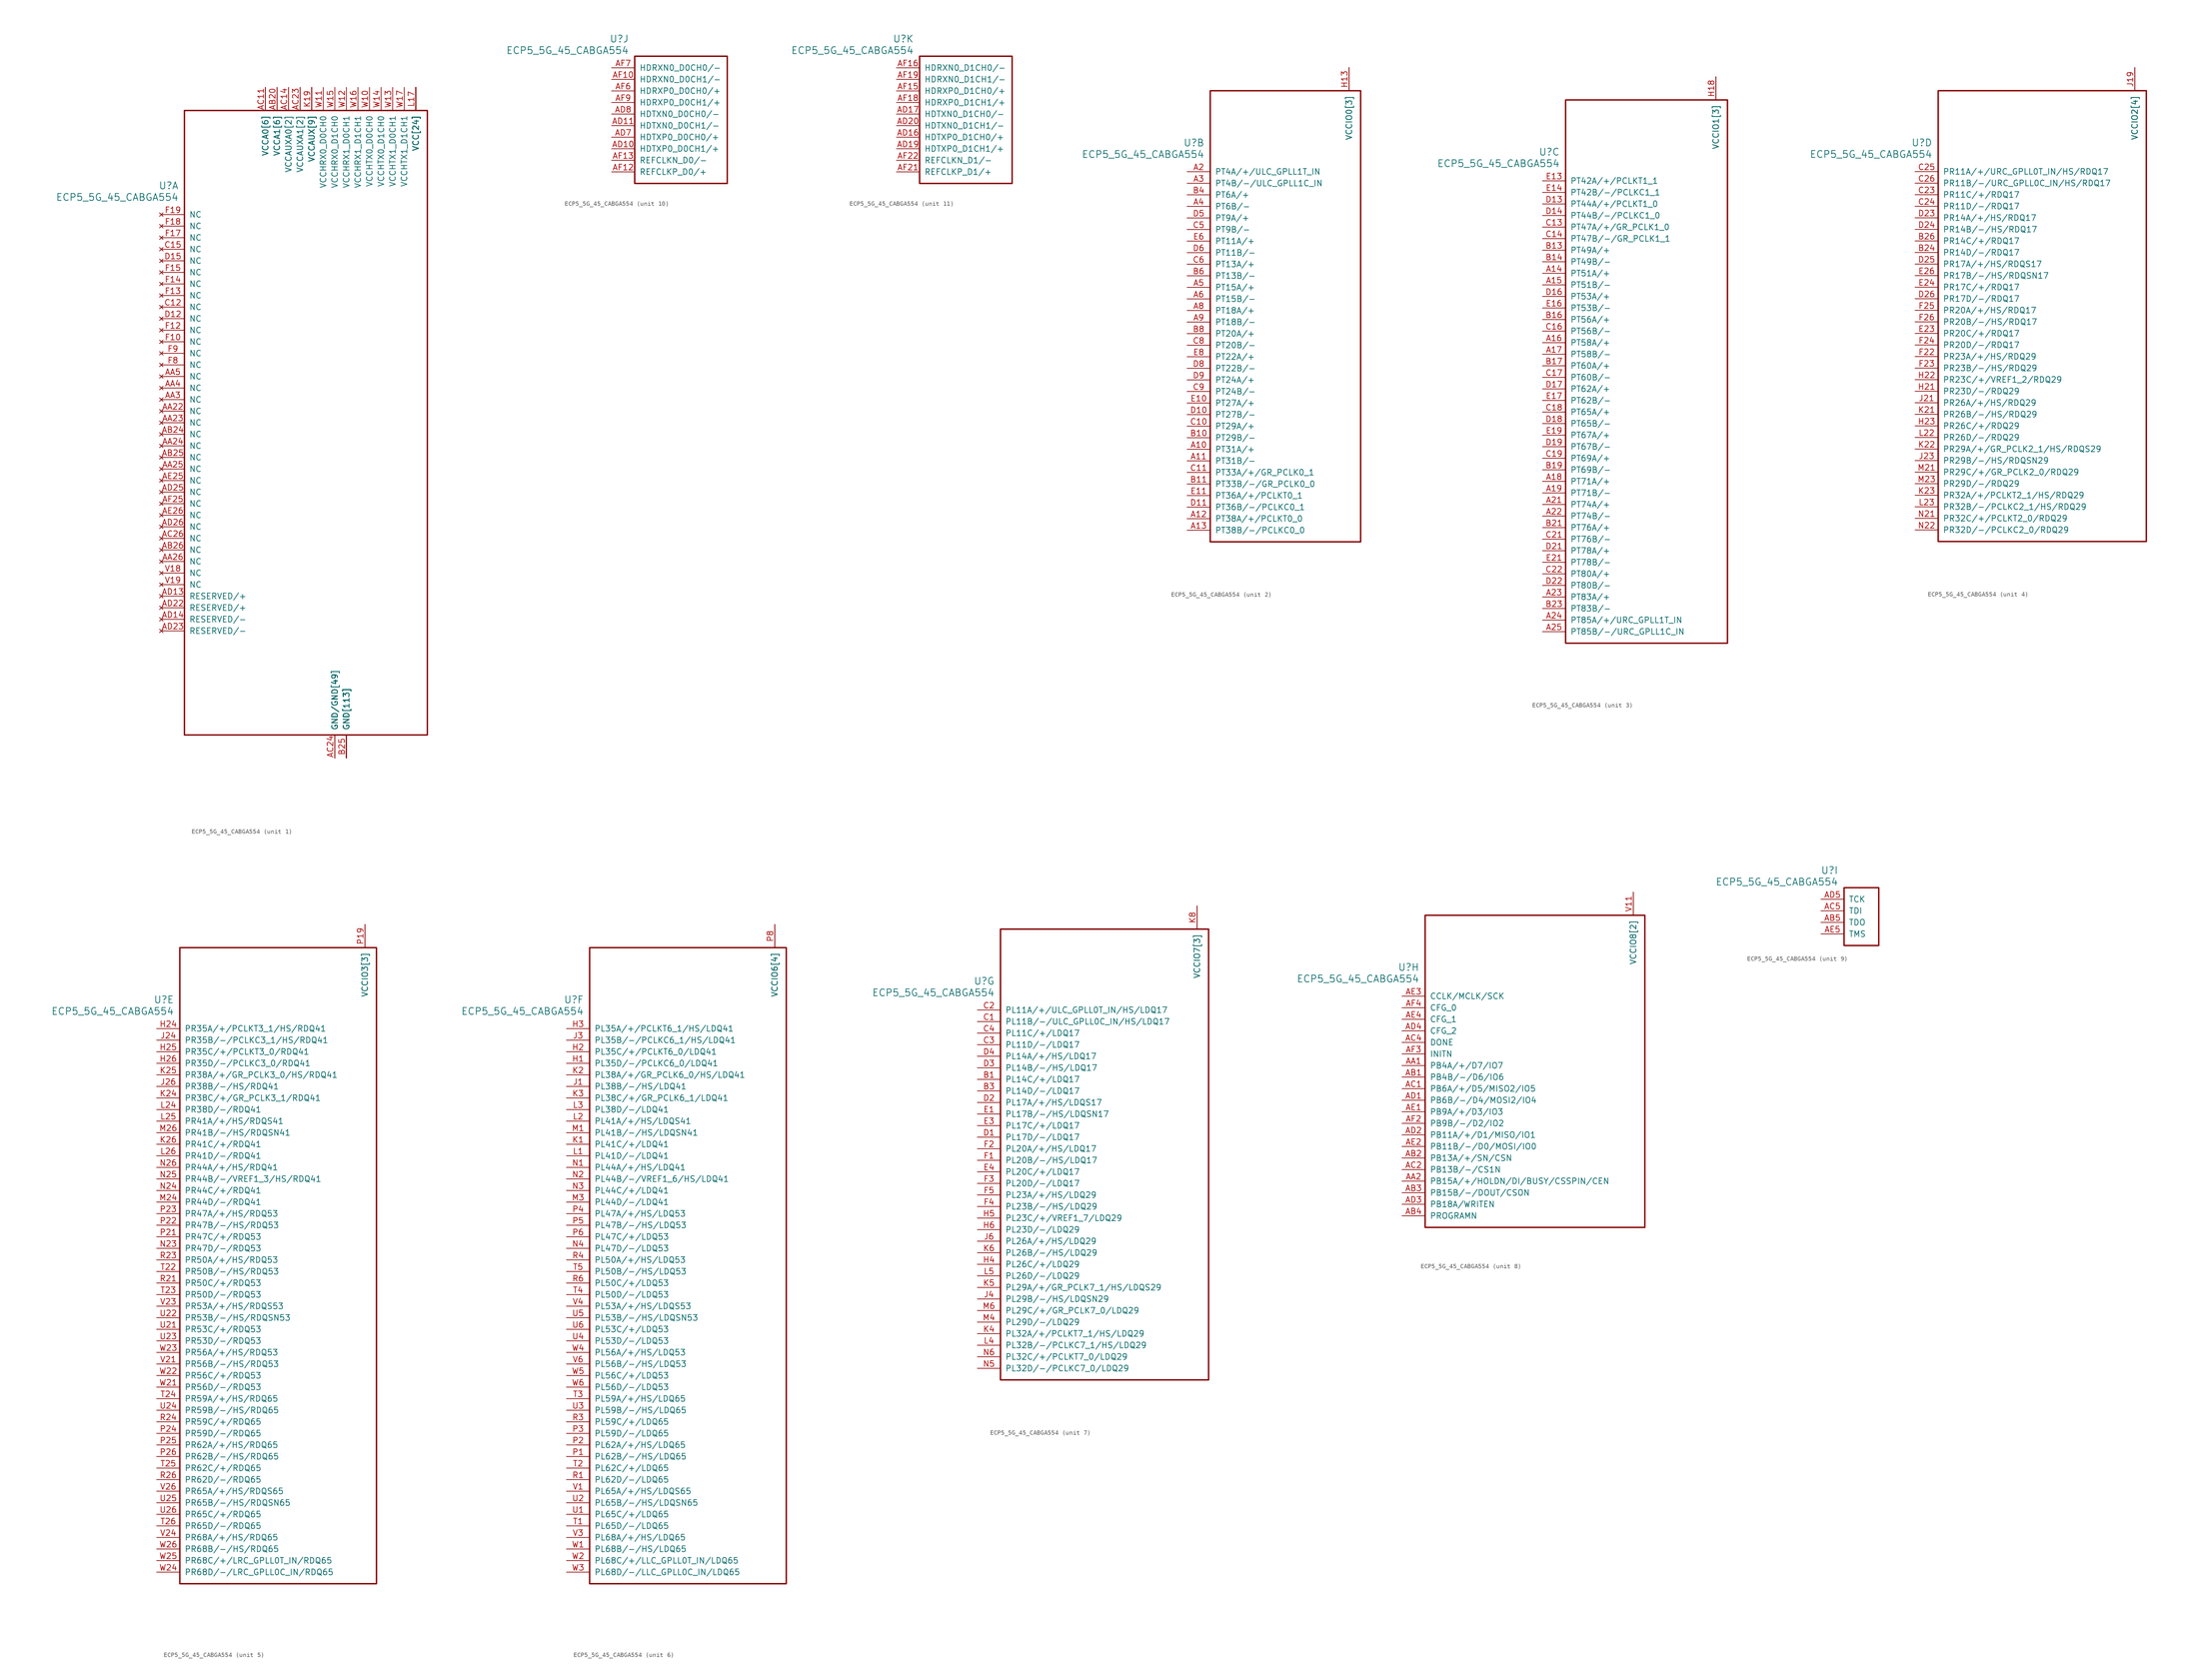
<source format=kicad_sym>
(kicad_symbol_lib
  (version 20241209)
  (generator "kicad_symbol_editor")
  (generator_version "9.0")
  (symbol "ECP5_5G_45_CABGA554"
    (pin_names
      (offset 1.016))
    (property "Reference" "U"
      (at 3.81 6.35 0)
      (effects (font (size 1.524 1.524)) (justify right)))
    (property "Value" "ECP5_5G_45_CABGA554"
      (at 3.81 3.81 0)
      (effects (font (size 1.524 1.524)) (justify right)))
    (property "ki_locked" ""
      (at 0 0 0)
      (effects (font (size 1.27 1.27))))
    (symbol "ECP5_5G_45_CABGA554_1_1"
      (rectangle (start 5.08 22.86) (end 58.42 -114.3) (stroke (width 0.305) (type solid)) (fill (type none)))
      (pin no_connect line (at 0 0 0) (length 5.08) (name "NC" (effects (font (size 1.27 1.27)))) (number "F19" (effects (font (size 1.27 1.27)))))
      (pin no_connect line (at 0 -2.54 0) (length 5.08) (name "NC" (effects (font (size 1.27 1.27)))) (number "F18" (effects (font (size 1.27 1.27)))))
      (pin no_connect line (at 0 -5.08 0) (length 5.08) (name "NC" (effects (font (size 1.27 1.27)))) (number "F17" (effects (font (size 1.27 1.27)))))
      (pin no_connect line (at 0 -7.62 0) (length 5.08) (name "NC" (effects (font (size 1.27 1.27)))) (number "C15" (effects (font (size 1.27 1.27)))))
      (pin no_connect line (at 0 -10.16 0) (length 5.08) (name "NC" (effects (font (size 1.27 1.27)))) (number "D15" (effects (font (size 1.27 1.27)))))
      (pin no_connect line (at 0 -12.7 0) (length 5.08) (name "NC" (effects (font (size 1.27 1.27)))) (number "F15" (effects (font (size 1.27 1.27)))))
      (pin no_connect line (at 0 -15.24 0) (length 5.08) (name "NC" (effects (font (size 1.27 1.27)))) (number "F14" (effects (font (size 1.27 1.27)))))
      (pin no_connect line (at 0 -17.78 0) (length 5.08) (name "NC" (effects (font (size 1.27 1.27)))) (number "F13" (effects (font (size 1.27 1.27)))))
      (pin no_connect line (at 0 -20.32 0) (length 5.08) (name "NC" (effects (font (size 1.27 1.27)))) (number "C12" (effects (font (size 1.27 1.27)))))
      (pin no_connect line (at 0 -22.86 0) (length 5.08) (name "NC" (effects (font (size 1.27 1.27)))) (number "D12" (effects (font (size 1.27 1.27)))))
      (pin no_connect line (at 0 -25.4 0) (length 5.08) (name "NC" (effects (font (size 1.27 1.27)))) (number "F12" (effects (font (size 1.27 1.27)))))
      (pin no_connect line (at 0 -27.94 0) (length 5.08) (name "NC" (effects (font (size 1.27 1.27)))) (number "F10" (effects (font (size 1.27 1.27)))))
      (pin no_connect line (at 0 -30.48 0) (length 5.08) (name "NC" (effects (font (size 1.27 1.27)))) (number "F9" (effects (font (size 1.27 1.27)))))
      (pin no_connect line (at 0 -33.02 0) (length 5.08) (name "NC" (effects (font (size 1.27 1.27)))) (number "F8" (effects (font (size 1.27 1.27)))))
      (pin no_connect line (at 0 -35.56 0) (length 5.08) (name "NC" (effects (font (size 1.27 1.27)))) (number "AA5" (effects (font (size 1.27 1.27)))))
      (pin no_connect line (at 0 -38.1 0) (length 5.08) (name "NC" (effects (font (size 1.27 1.27)))) (number "AA4" (effects (font (size 1.27 1.27)))))
      (pin no_connect line (at 0 -40.64 0) (length 5.08) (name "NC" (effects (font (size 1.27 1.27)))) (number "AA3" (effects (font (size 1.27 1.27)))))
      (pin no_connect line (at 0 -43.18 0) (length 5.08) (name "NC" (effects (font (size 1.27 1.27)))) (number "AA22" (effects (font (size 1.27 1.27)))))
      (pin no_connect line (at 0 -45.72 0) (length 5.08) (name "NC" (effects (font (size 1.27 1.27)))) (number "AA23" (effects (font (size 1.27 1.27)))))
      (pin no_connect line (at 0 -48.26 0) (length 5.08) (name "NC" (effects (font (size 1.27 1.27)))) (number "AB24" (effects (font (size 1.27 1.27)))))
      (pin no_connect line (at 0 -50.8 0) (length 5.08) (name "NC" (effects (font (size 1.27 1.27)))) (number "AA24" (effects (font (size 1.27 1.27)))))
      (pin no_connect line (at 0 -53.34 0) (length 5.08) (name "NC" (effects (font (size 1.27 1.27)))) (number "AB25" (effects (font (size 1.27 1.27)))))
      (pin no_connect line (at 0 -55.88 0) (length 5.08) (name "NC" (effects (font (size 1.27 1.27)))) (number "AA25" (effects (font (size 1.27 1.27)))))
      (pin no_connect line (at 0 -58.42 0) (length 5.08) (name "NC" (effects (font (size 1.27 1.27)))) (number "AE25" (effects (font (size 1.27 1.27)))))
      (pin no_connect line (at 0 -60.96 0) (length 5.08) (name "NC" (effects (font (size 1.27 1.27)))) (number "AD25" (effects (font (size 1.27 1.27)))))
      (pin no_connect line (at 0 -63.5 0) (length 5.08) (name "NC" (effects (font (size 1.27 1.27)))) (number "AF25" (effects (font (size 1.27 1.27)))))
      (pin no_connect line (at 0 -66.04 0) (length 5.08) (name "NC" (effects (font (size 1.27 1.27)))) (number "AE26" (effects (font (size 1.27 1.27)))))
      (pin no_connect line (at 0 -68.58 0) (length 5.08) (name "NC" (effects (font (size 1.27 1.27)))) (number "AD26" (effects (font (size 1.27 1.27)))))
      (pin no_connect line (at 0 -71.12 0) (length 5.08) (name "NC" (effects (font (size 1.27 1.27)))) (number "AC26" (effects (font (size 1.27 1.27)))))
      (pin no_connect line (at 0 -73.66 0) (length 5.08) (name "NC" (effects (font (size 1.27 1.27)))) (number "AB26" (effects (font (size 1.27 1.27)))))
      (pin no_connect line (at 0 -76.2 0) (length 5.08) (name "NC" (effects (font (size 1.27 1.27)))) (number "AA26" (effects (font (size 1.27 1.27)))))
      (pin no_connect line (at 0 -78.74 0) (length 5.08) (name "NC" (effects (font (size 1.27 1.27)))) (number "V18" (effects (font (size 1.27 1.27)))))
      (pin no_connect line (at 0 -81.28 0) (length 5.08) (name "NC" (effects (font (size 1.27 1.27)))) (number "V19" (effects (font (size 1.27 1.27)))))
      (pin no_connect line (at 0 -83.82 0) (length 5.08) (name "RESERVED/+" (effects (font (size 1.27 1.27)))) (number "AD13" (effects (font (size 1.27 1.27)))))
      (pin no_connect line (at 0 -86.36 0) (length 5.08) (name "RESERVED/+" (effects (font (size 1.27 1.27)))) (number "AD22" (effects (font (size 1.27 1.27)))))
      (pin no_connect line (at 0 -88.9 0) (length 5.08) (name "RESERVED/-" (effects (font (size 1.27 1.27)))) (number "AD14" (effects (font (size 1.27 1.27)))))
      (pin no_connect line (at 0 -91.44 0) (length 5.08) (name "RESERVED/-" (effects (font (size 1.27 1.27)))) (number "AD23" (effects (font (size 1.27 1.27)))))
      (pin power_in line (at 22.86 27.94 270) (length 5.08) (name "VCCA0[6]" (effects (font (size 1.27 1.27)))) (number "AB10" (effects (font (size 0 0)))))
      (pin power_in line (at 22.86 27.94 270) (length 5.08) (name "VCCA0[6]" (effects (font (size 1.27 1.27)))) (number "AB7" (effects (font (size 0 0)))))
      (pin power_in line (at 22.86 27.94 270) (length 5.08) (name "VCCA0[6]" (effects (font (size 1.27 1.27)))) (number "AC10" (effects (font (size 0 0)))))
      (pin power_in line (at 22.86 27.94 270) (length 5.08) (name "VCCA0[6]" (effects (font (size 1.27 1.27)))) (number "AC11" (effects (font (size 1.27 1.27)))))
      (pin power_in line (at 22.86 27.94 270) (length 5.08) (name "VCCA0[6]" (effects (font (size 1.27 1.27)))) (number "AC7" (effects (font (size 0 0)))))
      (pin power_in line (at 22.86 27.94 270) (length 5.08) (name "VCCA0[6]" (effects (font (size 1.27 1.27)))) (number "AC8" (effects (font (size 0 0)))))
      (pin power_in line (at 25.4 27.94 270) (length 5.08) (name "VCCA1[6]" (effects (font (size 1.27 1.27)))) (number "AB17" (effects (font (size 0 0)))))
      (pin power_in line (at 25.4 27.94 270) (length 5.08) (name "VCCA1[6]" (effects (font (size 1.27 1.27)))) (number "AB20" (effects (font (size 1.27 1.27)))))
      (pin power_in line (at 25.4 27.94 270) (length 5.08) (name "VCCA1[6]" (effects (font (size 1.27 1.27)))) (number "AC16" (effects (font (size 0 0)))))
      (pin power_in line (at 25.4 27.94 270) (length 5.08) (name "VCCA1[6]" (effects (font (size 1.27 1.27)))) (number "AC17" (effects (font (size 0 0)))))
      (pin power_in line (at 25.4 27.94 270) (length 5.08) (name "VCCA1[6]" (effects (font (size 1.27 1.27)))) (number "AC19" (effects (font (size 0 0)))))
      (pin power_in line (at 25.4 27.94 270) (length 5.08) (name "VCCA1[6]" (effects (font (size 1.27 1.27)))) (number "AC20" (effects (font (size 0 0)))))
      (pin power_in line (at 27.94 27.94 270) (length 5.08) (name "VCCAUXA0[2]" (effects (font (size 1.27 1.27)))) (number "AC13" (effects (font (size 0 0)))))
      (pin power_in line (at 27.94 27.94 270) (length 5.08) (name "VCCAUXA0[2]" (effects (font (size 1.27 1.27)))) (number "AC14" (effects (font (size 1.27 1.27)))))
      (pin power_in line (at 30.48 27.94 270) (length 5.08) (name "VCCAUXA1[2]" (effects (font (size 1.27 1.27)))) (number "AC22" (effects (font (size 0 0)))))
      (pin power_in line (at 30.48 27.94 270) (length 5.08) (name "VCCAUXA1[2]" (effects (font (size 1.27 1.27)))) (number "AC23" (effects (font (size 1.27 1.27)))))
      (pin power_in line (at 33.02 27.94 270) (length 5.08) (name "VCCAUX[9]" (effects (font (size 1.27 1.27)))) (number "H11" (effects (font (size 0 0)))))
      (pin power_in line (at 33.02 27.94 270) (length 5.08) (name "VCCAUX[9]" (effects (font (size 1.27 1.27)))) (number "H14" (effects (font (size 0 0)))))
      (pin power_in line (at 33.02 27.94 270) (length 5.08) (name "VCCAUX[9]" (effects (font (size 1.27 1.27)))) (number "H17" (effects (font (size 0 0)))))
      (pin power_in line (at 33.02 27.94 270) (length 5.08) (name "VCCAUX[9]" (effects (font (size 1.27 1.27)))) (number "K19" (effects (font (size 1.27 1.27)))))
      (pin power_in line (at 33.02 27.94 270) (length 5.08) (name "VCCAUX[9]" (effects (font (size 1.27 1.27)))) (number "L8" (effects (font (size 0 0)))))
      (pin power_in line (at 33.02 27.94 270) (length 5.08) (name "VCCAUX[9]" (effects (font (size 1.27 1.27)))) (number "T19" (effects (font (size 0 0)))))
      (pin power_in line (at 33.02 27.94 270) (length 5.08) (name "VCCAUX[9]" (effects (font (size 1.27 1.27)))) (number "T8" (effects (font (size 0 0)))))
      (pin power_in line (at 33.02 27.94 270) (length 5.08) (name "VCCAUX[9]" (effects (font (size 1.27 1.27)))) (number "W19" (effects (font (size 0 0)))))
      (pin power_in line (at 33.02 27.94 270) (length 5.08) (name "VCCAUX[9]" (effects (font (size 1.27 1.27)))) (number "W8" (effects (font (size 0 0)))))
      (pin power_in line (at 35.56 27.94 270) (length 5.08) (name "VCCHRX0_D0CH0" (effects (font (size 1.27 1.27)))) (number "W11" (effects (font (size 1.27 1.27)))))
      (pin power_in line (at 38.1 27.94 270) (length 5.08) (name "VCCHRX0_D1CH0" (effects (font (size 1.27 1.27)))) (number "W15" (effects (font (size 1.27 1.27)))))
      (pin power_in line (at 38.1 -119.38 90) (length 5.08) (name "GND/GND[49]" (effects (font (size 1.27 1.27)))) (number "AA10" (effects (font (size 0 0)))))
      (pin power_in line (at 38.1 -119.38 90) (length 5.08) (name "GND/GND[49]" (effects (font (size 1.27 1.27)))) (number "AA12" (effects (font (size 0 0)))))
      (pin power_in line (at 38.1 -119.38 90) (length 5.08) (name "GND/GND[49]" (effects (font (size 1.27 1.27)))) (number "AA13" (effects (font (size 0 0)))))
      (pin power_in line (at 38.1 -119.38 90) (length 5.08) (name "GND/GND[49]" (effects (font (size 1.27 1.27)))) (number "AA14" (effects (font (size 0 0)))))
      (pin power_in line (at 38.1 -119.38 90) (length 5.08) (name "GND/GND[49]" (effects (font (size 1.27 1.27)))) (number "AA15" (effects (font (size 0 0)))))
      (pin power_in line (at 38.1 -119.38 90) (length 5.08) (name "GND/GND[49]" (effects (font (size 1.27 1.27)))) (number "AA17" (effects (font (size 0 0)))))
      (pin power_in line (at 38.1 -119.38 90) (length 5.08) (name "GND/GND[49]" (effects (font (size 1.27 1.27)))) (number "AA18" (effects (font (size 0 0)))))
      (pin power_in line (at 38.1 -119.38 90) (length 5.08) (name "GND/GND[49]" (effects (font (size 1.27 1.27)))) (number "AA20" (effects (font (size 0 0)))))
      (pin power_in line (at 38.1 -119.38 90) (length 5.08) (name "GND/GND[49]" (effects (font (size 1.27 1.27)))) (number "AA7" (effects (font (size 0 0)))))
      (pin power_in line (at 38.1 -119.38 90) (length 5.08) (name "GND/GND[49]" (effects (font (size 1.27 1.27)))) (number "AA9" (effects (font (size 0 0)))))
      (pin power_in line (at 38.1 -119.38 90) (length 5.08) (name "GND/GND[49]" (effects (font (size 1.27 1.27)))) (number "AB12" (effects (font (size 0 0)))))
      (pin power_in line (at 38.1 -119.38 90) (length 5.08) (name "GND/GND[49]" (effects (font (size 1.27 1.27)))) (number "AB13" (effects (font (size 0 0)))))
      (pin power_in line (at 38.1 -119.38 90) (length 5.08) (name "GND/GND[49]" (effects (font (size 1.27 1.27)))) (number "AB14" (effects (font (size 0 0)))))
      (pin power_in line (at 38.1 -119.38 90) (length 5.08) (name "GND/GND[49]" (effects (font (size 1.27 1.27)))) (number "AB15" (effects (font (size 0 0)))))
      (pin power_in line (at 38.1 -119.38 90) (length 5.08) (name "GND/GND[49]" (effects (font (size 1.27 1.27)))) (number "AB18" (effects (font (size 0 0)))))
      (pin power_in line (at 38.1 -119.38 90) (length 5.08) (name "GND/GND[49]" (effects (font (size 1.27 1.27)))) (number "AB21" (effects (font (size 0 0)))))
      (pin power_in line (at 38.1 -119.38 90) (length 5.08) (name "GND/GND[49]" (effects (font (size 1.27 1.27)))) (number "AB22" (effects (font (size 0 0)))))
      (pin power_in line (at 38.1 -119.38 90) (length 5.08) (name "GND/GND[49]" (effects (font (size 1.27 1.27)))) (number "AB23" (effects (font (size 0 0)))))
      (pin power_in line (at 38.1 -119.38 90) (length 5.08) (name "GND/GND[49]" (effects (font (size 1.27 1.27)))) (number "AB6" (effects (font (size 0 0)))))
      (pin power_in line (at 38.1 -119.38 90) (length 5.08) (name "GND/GND[49]" (effects (font (size 1.27 1.27)))) (number "AB9" (effects (font (size 0 0)))))
      (pin power_in line (at 38.1 -119.38 90) (length 5.08) (name "GND/GND[49]" (effects (font (size 1.27 1.27)))) (number "AC12" (effects (font (size 0 0)))))
      (pin power_in line (at 38.1 -119.38 90) (length 5.08) (name "GND/GND[49]" (effects (font (size 1.27 1.27)))) (number "AC15" (effects (font (size 0 0)))))
      (pin power_in line (at 38.1 -119.38 90) (length 5.08) (name "GND/GND[49]" (effects (font (size 1.27 1.27)))) (number "AC18" (effects (font (size 0 0)))))
      (pin power_in line (at 38.1 -119.38 90) (length 5.08) (name "GND/GND[49]" (effects (font (size 1.27 1.27)))) (number "AC21" (effects (font (size 0 0)))))
      (pin power_in line (at 38.1 -119.38 90) (length 5.08) (name "GND/GND[49]" (effects (font (size 1.27 1.27)))) (number "AC24" (effects (font (size 1.27 1.27)))))
      (pin power_in line (at 38.1 -119.38 90) (length 5.08) (name "GND/GND[49]" (effects (font (size 1.27 1.27)))) (number "AC6" (effects (font (size 0 0)))))
      (pin power_in line (at 38.1 -119.38 90) (length 5.08) (name "GND/GND[49]" (effects (font (size 1.27 1.27)))) (number "AC9" (effects (font (size 0 0)))))
      (pin power_in line (at 38.1 -119.38 90) (length 5.08) (name "GND/GND[49]" (effects (font (size 1.27 1.27)))) (number "AD12" (effects (font (size 0 0)))))
      (pin power_in line (at 38.1 -119.38 90) (length 5.08) (name "GND/GND[49]" (effects (font (size 1.27 1.27)))) (number "AD15" (effects (font (size 0 0)))))
      (pin power_in line (at 38.1 -119.38 90) (length 5.08) (name "GND/GND[49]" (effects (font (size 1.27 1.27)))) (number "AD18" (effects (font (size 0 0)))))
      (pin power_in line (at 38.1 -119.38 90) (length 5.08) (name "GND/GND[49]" (effects (font (size 1.27 1.27)))) (number "AD21" (effects (font (size 0 0)))))
      (pin power_in line (at 38.1 -119.38 90) (length 5.08) (name "GND/GND[49]" (effects (font (size 1.27 1.27)))) (number "AD24" (effects (font (size 0 0)))))
      (pin power_in line (at 38.1 -119.38 90) (length 5.08) (name "GND/GND[49]" (effects (font (size 1.27 1.27)))) (number "AD6" (effects (font (size 0 0)))))
      (pin power_in line (at 38.1 -119.38 90) (length 5.08) (name "GND/GND[49]" (effects (font (size 1.27 1.27)))) (number "AD9" (effects (font (size 0 0)))))
      (pin power_in line (at 38.1 -119.38 90) (length 5.08) (name "GND/GND[49]" (effects (font (size 1.27 1.27)))) (number "AE10" (effects (font (size 0 0)))))
      (pin power_in line (at 38.1 -119.38 90) (length 5.08) (name "GND/GND[49]" (effects (font (size 1.27 1.27)))) (number "AE12" (effects (font (size 0 0)))))
      (pin power_in line (at 38.1 -119.38 90) (length 5.08) (name "GND/GND[49]" (effects (font (size 1.27 1.27)))) (number "AE13" (effects (font (size 0 0)))))
      (pin power_in line (at 38.1 -119.38 90) (length 5.08) (name "GND/GND[49]" (effects (font (size 1.27 1.27)))) (number "AE15" (effects (font (size 0 0)))))
      (pin power_in line (at 38.1 -119.38 90) (length 5.08) (name "GND/GND[49]" (effects (font (size 1.27 1.27)))) (number "AE16" (effects (font (size 0 0)))))
      (pin power_in line (at 38.1 -119.38 90) (length 5.08) (name "GND/GND[49]" (effects (font (size 1.27 1.27)))) (number "AE18" (effects (font (size 0 0)))))
      (pin power_in line (at 38.1 -119.38 90) (length 5.08) (name "GND/GND[49]" (effects (font (size 1.27 1.27)))) (number "AE19" (effects (font (size 0 0)))))
      (pin power_in line (at 38.1 -119.38 90) (length 5.08) (name "GND/GND[49]" (effects (font (size 1.27 1.27)))) (number "AE21" (effects (font (size 0 0)))))
      (pin power_in line (at 38.1 -119.38 90) (length 5.08) (name "GND/GND[49]" (effects (font (size 1.27 1.27)))) (number "AE22" (effects (font (size 0 0)))))
      (pin power_in line (at 38.1 -119.38 90) (length 5.08) (name "GND/GND[49]" (effects (font (size 1.27 1.27)))) (number "AE24" (effects (font (size 0 0)))))
      (pin power_in line (at 38.1 -119.38 90) (length 5.08) (name "GND/GND[49]" (effects (font (size 1.27 1.27)))) (number "AE6" (effects (font (size 0 0)))))
      (pin power_in line (at 38.1 -119.38 90) (length 5.08) (name "GND/GND[49]" (effects (font (size 1.27 1.27)))) (number "AE7" (effects (font (size 0 0)))))
      (pin power_in line (at 38.1 -119.38 90) (length 5.08) (name "GND/GND[49]" (effects (font (size 1.27 1.27)))) (number "AE9" (effects (font (size 0 0)))))
      (pin power_in line (at 38.1 -119.38 90) (length 5.08) (name "GND/GND[49]" (effects (font (size 1.27 1.27)))) (number "AF24" (effects (font (size 0 0)))))
      (pin power_in line (at 38.1 -119.38 90) (length 5.08) (name "GND/GND[49]" (effects (font (size 1.27 1.27)))) (number "AF5" (effects (font (size 0 0)))))
      (pin power_in line (at 40.64 27.94 270) (length 5.08) (name "VCCHRX1_D0CH1" (effects (font (size 1.27 1.27)))) (number "W12" (effects (font (size 1.27 1.27)))))
      (pin power_in line (at 40.64 -119.38 90) (length 5.08) (name "GND[113]" (effects (font (size 1.27 1.27)))) (number "AC25" (effects (font (size 0 0)))))
      (pin power_in line (at 40.64 -119.38 90) (length 5.08) (name "GND[113]" (effects (font (size 1.27 1.27)))) (number "AC3" (effects (font (size 0 0)))))
      (pin power_in line (at 40.64 -119.38 90) (length 5.08) (name "GND[113]" (effects (font (size 1.27 1.27)))) (number "B12" (effects (font (size 0 0)))))
      (pin power_in line (at 40.64 -119.38 90) (length 5.08) (name "GND[113]" (effects (font (size 1.27 1.27)))) (number "B15" (effects (font (size 0 0)))))
      (pin power_in line (at 40.64 -119.38 90) (length 5.08) (name "GND[113]" (effects (font (size 1.27 1.27)))) (number "B18" (effects (font (size 0 0)))))
      (pin power_in line (at 40.64 -119.38 90) (length 5.08) (name "GND[113]" (effects (font (size 1.27 1.27)))) (number "B2" (effects (font (size 0 0)))))
      (pin power_in line (at 40.64 -119.38 90) (length 5.08) (name "GND[113]" (effects (font (size 1.27 1.27)))) (number "B22" (effects (font (size 0 0)))))
      (pin power_in line (at 40.64 -119.38 90) (length 5.08) (name "GND[113]" (effects (font (size 1.27 1.27)))) (number "B25" (effects (font (size 1.27 1.27)))))
      (pin power_in line (at 40.64 -119.38 90) (length 5.08) (name "GND[113]" (effects (font (size 1.27 1.27)))) (number "B5" (effects (font (size 0 0)))))
      (pin power_in line (at 40.64 -119.38 90) (length 5.08) (name "GND[113]" (effects (font (size 1.27 1.27)))) (number "B9" (effects (font (size 0 0)))))
      (pin power_in line (at 40.64 -119.38 90) (length 5.08) (name "GND[113]" (effects (font (size 1.27 1.27)))) (number "E12" (effects (font (size 0 0)))))
      (pin power_in line (at 40.64 -119.38 90) (length 5.08) (name "GND[113]" (effects (font (size 1.27 1.27)))) (number "E15" (effects (font (size 0 0)))))
      (pin power_in line (at 40.64 -119.38 90) (length 5.08) (name "GND[113]" (effects (font (size 1.27 1.27)))) (number "E18" (effects (font (size 0 0)))))
      (pin power_in line (at 40.64 -119.38 90) (length 5.08) (name "GND[113]" (effects (font (size 1.27 1.27)))) (number "E2" (effects (font (size 0 0)))))
      (pin power_in line (at 40.64 -119.38 90) (length 5.08) (name "GND[113]" (effects (font (size 1.27 1.27)))) (number "E22" (effects (font (size 0 0)))))
      (pin power_in line (at 40.64 -119.38 90) (length 5.08) (name "GND[113]" (effects (font (size 1.27 1.27)))) (number "E25" (effects (font (size 0 0)))))
      (pin power_in line (at 40.64 -119.38 90) (length 5.08) (name "GND[113]" (effects (font (size 1.27 1.27)))) (number "E5" (effects (font (size 0 0)))))
      (pin power_in line (at 40.64 -119.38 90) (length 5.08) (name "GND[113]" (effects (font (size 1.27 1.27)))) (number "E9" (effects (font (size 0 0)))))
      (pin power_in line (at 40.64 -119.38 90) (length 5.08) (name "GND[113]" (effects (font (size 1.27 1.27)))) (number "H19" (effects (font (size 0 0)))))
      (pin power_in line (at 40.64 -119.38 90) (length 5.08) (name "GND[113]" (effects (font (size 1.27 1.27)))) (number "H8" (effects (font (size 0 0)))))
      (pin power_in line (at 40.64 -119.38 90) (length 5.08) (name "GND[113]" (effects (font (size 1.27 1.27)))) (number "H9" (effects (font (size 0 0)))))
      (pin power_in line (at 40.64 -119.38 90) (length 5.08) (name "GND[113]" (effects (font (size 1.27 1.27)))) (number "J10" (effects (font (size 0 0)))))
      (pin power_in line (at 40.64 -119.38 90) (length 5.08) (name "GND[113]" (effects (font (size 1.27 1.27)))) (number "J11" (effects (font (size 0 0)))))
      (pin power_in line (at 40.64 -119.38 90) (length 5.08) (name "GND[113]" (effects (font (size 1.27 1.27)))) (number "J12" (effects (font (size 0 0)))))
      (pin power_in line (at 40.64 -119.38 90) (length 5.08) (name "GND[113]" (effects (font (size 1.27 1.27)))) (number "J13" (effects (font (size 0 0)))))
      (pin power_in line (at 40.64 -119.38 90) (length 5.08) (name "GND[113]" (effects (font (size 1.27 1.27)))) (number "J14" (effects (font (size 0 0)))))
      (pin power_in line (at 40.64 -119.38 90) (length 5.08) (name "GND[113]" (effects (font (size 1.27 1.27)))) (number "J15" (effects (font (size 0 0)))))
      (pin power_in line (at 40.64 -119.38 90) (length 5.08) (name "GND[113]" (effects (font (size 1.27 1.27)))) (number "J16" (effects (font (size 0 0)))))
      (pin power_in line (at 40.64 -119.38 90) (length 5.08) (name "GND[113]" (effects (font (size 1.27 1.27)))) (number "J17" (effects (font (size 0 0)))))
      (pin power_in line (at 40.64 -119.38 90) (length 5.08) (name "GND[113]" (effects (font (size 1.27 1.27)))) (number "J18" (effects (font (size 0 0)))))
      (pin power_in line (at 40.64 -119.38 90) (length 5.08) (name "GND[113]" (effects (font (size 1.27 1.27)))) (number "J2" (effects (font (size 0 0)))))
      (pin power_in line (at 40.64 -119.38 90) (length 5.08) (name "GND[113]" (effects (font (size 1.27 1.27)))) (number "J22" (effects (font (size 0 0)))))
      (pin power_in line (at 40.64 -119.38 90) (length 5.08) (name "GND[113]" (effects (font (size 1.27 1.27)))) (number "J25" (effects (font (size 0 0)))))
      (pin power_in line (at 40.64 -119.38 90) (length 5.08) (name "GND[113]" (effects (font (size 1.27 1.27)))) (number "J5" (effects (font (size 0 0)))))
      (pin power_in line (at 40.64 -119.38 90) (length 5.08) (name "GND[113]" (effects (font (size 1.27 1.27)))) (number "J8" (effects (font (size 0 0)))))
      (pin power_in line (at 40.64 -119.38 90) (length 5.08) (name "GND[113]" (effects (font (size 1.27 1.27)))) (number "J9" (effects (font (size 0 0)))))
      (pin power_in line (at 40.64 -119.38 90) (length 5.08) (name "GND[113]" (effects (font (size 1.27 1.27)))) (number "K10" (effects (font (size 0 0)))))
      (pin power_in line (at 40.64 -119.38 90) (length 5.08) (name "GND[113]" (effects (font (size 1.27 1.27)))) (number "K17" (effects (font (size 0 0)))))
      (pin power_in line (at 40.64 -119.38 90) (length 5.08) (name "GND[113]" (effects (font (size 1.27 1.27)))) (number "K18" (effects (font (size 0 0)))))
      (pin power_in line (at 40.64 -119.38 90) (length 5.08) (name "GND[113]" (effects (font (size 1.27 1.27)))) (number "K9" (effects (font (size 0 0)))))
      (pin power_in line (at 40.64 -119.38 90) (length 5.08) (name "GND[113]" (effects (font (size 1.27 1.27)))) (number "L11" (effects (font (size 0 0)))))
      (pin power_in line (at 40.64 -119.38 90) (length 5.08) (name "GND[113]" (effects (font (size 1.27 1.27)))) (number "L12" (effects (font (size 0 0)))))
      (pin power_in line (at 40.64 -119.38 90) (length 5.08) (name "GND[113]" (effects (font (size 1.27 1.27)))) (number "L13" (effects (font (size 0 0)))))
      (pin power_in line (at 40.64 -119.38 90) (length 5.08) (name "GND[113]" (effects (font (size 1.27 1.27)))) (number "L14" (effects (font (size 0 0)))))
      (pin power_in line (at 40.64 -119.38 90) (length 5.08) (name "GND[113]" (effects (font (size 1.27 1.27)))) (number "L15" (effects (font (size 0 0)))))
      (pin power_in line (at 40.64 -119.38 90) (length 5.08) (name "GND[113]" (effects (font (size 1.27 1.27)))) (number "L16" (effects (font (size 0 0)))))
      (pin power_in line (at 40.64 -119.38 90) (length 5.08) (name "GND[113]" (effects (font (size 1.27 1.27)))) (number "L18" (effects (font (size 0 0)))))
      (pin power_in line (at 40.64 -119.38 90) (length 5.08) (name "GND[113]" (effects (font (size 1.27 1.27)))) (number "L9" (effects (font (size 0 0)))))
      (pin power_in line (at 40.64 -119.38 90) (length 5.08) (name "GND[113]" (effects (font (size 1.27 1.27)))) (number "M11" (effects (font (size 0 0)))))
      (pin power_in line (at 40.64 -119.38 90) (length 5.08) (name "GND[113]" (effects (font (size 1.27 1.27)))) (number "M12" (effects (font (size 0 0)))))
      (pin power_in line (at 40.64 -119.38 90) (length 5.08) (name "GND[113]" (effects (font (size 1.27 1.27)))) (number "M13" (effects (font (size 0 0)))))
      (pin power_in line (at 40.64 -119.38 90) (length 5.08) (name "GND[113]" (effects (font (size 1.27 1.27)))) (number "M14" (effects (font (size 0 0)))))
      (pin power_in line (at 40.64 -119.38 90) (length 5.08) (name "GND[113]" (effects (font (size 1.27 1.27)))) (number "M15" (effects (font (size 0 0)))))
      (pin power_in line (at 40.64 -119.38 90) (length 5.08) (name "GND[113]" (effects (font (size 1.27 1.27)))) (number "M16" (effects (font (size 0 0)))))
      (pin power_in line (at 40.64 -119.38 90) (length 5.08) (name "GND[113]" (effects (font (size 1.27 1.27)))) (number "M18" (effects (font (size 0 0)))))
      (pin power_in line (at 40.64 -119.38 90) (length 5.08) (name "GND[113]" (effects (font (size 1.27 1.27)))) (number "M2" (effects (font (size 0 0)))))
      (pin power_in line (at 40.64 -119.38 90) (length 5.08) (name "GND[113]" (effects (font (size 1.27 1.27)))) (number "M22" (effects (font (size 0 0)))))
      (pin power_in line (at 40.64 -119.38 90) (length 5.08) (name "GND[113]" (effects (font (size 1.27 1.27)))) (number "M25" (effects (font (size 0 0)))))
      (pin power_in line (at 40.64 -119.38 90) (length 5.08) (name "GND[113]" (effects (font (size 1.27 1.27)))) (number "M5" (effects (font (size 0 0)))))
      (pin power_in line (at 40.64 -119.38 90) (length 5.08) (name "GND[113]" (effects (font (size 1.27 1.27)))) (number "M9" (effects (font (size 0 0)))))
      (pin power_in line (at 40.64 -119.38 90) (length 5.08) (name "GND[113]" (effects (font (size 1.27 1.27)))) (number "N11" (effects (font (size 0 0)))))
      (pin power_in line (at 40.64 -119.38 90) (length 5.08) (name "GND[113]" (effects (font (size 1.27 1.27)))) (number "N12" (effects (font (size 0 0)))))
      (pin power_in line (at 40.64 -119.38 90) (length 5.08) (name "GND[113]" (effects (font (size 1.27 1.27)))) (number "N13" (effects (font (size 0 0)))))
      (pin power_in line (at 40.64 -119.38 90) (length 5.08) (name "GND[113]" (effects (font (size 1.27 1.27)))) (number "N14" (effects (font (size 0 0)))))
      (pin power_in line (at 40.64 -119.38 90) (length 5.08) (name "GND[113]" (effects (font (size 1.27 1.27)))) (number "N15" (effects (font (size 0 0)))))
      (pin power_in line (at 40.64 -119.38 90) (length 5.08) (name "GND[113]" (effects (font (size 1.27 1.27)))) (number "N16" (effects (font (size 0 0)))))
      (pin power_in line (at 40.64 -119.38 90) (length 5.08) (name "GND[113]" (effects (font (size 1.27 1.27)))) (number "N18" (effects (font (size 0 0)))))
      (pin power_in line (at 40.64 -119.38 90) (length 5.08) (name "GND[113]" (effects (font (size 1.27 1.27)))) (number "N9" (effects (font (size 0 0)))))
      (pin power_in line (at 40.64 -119.38 90) (length 5.08) (name "GND[113]" (effects (font (size 1.27 1.27)))) (number "P11" (effects (font (size 0 0)))))
      (pin power_in line (at 40.64 -119.38 90) (length 5.08) (name "GND[113]" (effects (font (size 1.27 1.27)))) (number "P12" (effects (font (size 0 0)))))
      (pin power_in line (at 40.64 -119.38 90) (length 5.08) (name "GND[113]" (effects (font (size 1.27 1.27)))) (number "P13" (effects (font (size 0 0)))))
      (pin power_in line (at 40.64 -119.38 90) (length 5.08) (name "GND[113]" (effects (font (size 1.27 1.27)))) (number "P14" (effects (font (size 0 0)))))
      (pin power_in line (at 40.64 -119.38 90) (length 5.08) (name "GND[113]" (effects (font (size 1.27 1.27)))) (number "P15" (effects (font (size 0 0)))))
      (pin power_in line (at 40.64 -119.38 90) (length 5.08) (name "GND[113]" (effects (font (size 1.27 1.27)))) (number "P16" (effects (font (size 0 0)))))
      (pin power_in line (at 40.64 -119.38 90) (length 5.08) (name "GND[113]" (effects (font (size 1.27 1.27)))) (number "P18" (effects (font (size 0 0)))))
      (pin power_in line (at 40.64 -119.38 90) (length 5.08) (name "GND[113]" (effects (font (size 1.27 1.27)))) (number "P9" (effects (font (size 0 0)))))
      (pin power_in line (at 40.64 -119.38 90) (length 5.08) (name "GND[113]" (effects (font (size 1.27 1.27)))) (number "R11" (effects (font (size 0 0)))))
      (pin power_in line (at 40.64 -119.38 90) (length 5.08) (name "GND[113]" (effects (font (size 1.27 1.27)))) (number "R12" (effects (font (size 0 0)))))
      (pin power_in line (at 40.64 -119.38 90) (length 5.08) (name "GND[113]" (effects (font (size 1.27 1.27)))) (number "R13" (effects (font (size 0 0)))))
      (pin power_in line (at 40.64 -119.38 90) (length 5.08) (name "GND[113]" (effects (font (size 1.27 1.27)))) (number "R14" (effects (font (size 0 0)))))
      (pin power_in line (at 40.64 -119.38 90) (length 5.08) (name "GND[113]" (effects (font (size 1.27 1.27)))) (number "R15" (effects (font (size 0 0)))))
      (pin power_in line (at 40.64 -119.38 90) (length 5.08) (name "GND[113]" (effects (font (size 1.27 1.27)))) (number "R16" (effects (font (size 0 0)))))
      (pin power_in line (at 40.64 -119.38 90) (length 5.08) (name "GND[113]" (effects (font (size 1.27 1.27)))) (number "R18" (effects (font (size 0 0)))))
      (pin power_in line (at 40.64 -119.38 90) (length 5.08) (name "GND[113]" (effects (font (size 1.27 1.27)))) (number "R2" (effects (font (size 0 0)))))
      (pin power_in line (at 40.64 -119.38 90) (length 5.08) (name "GND[113]" (effects (font (size 1.27 1.27)))) (number "R22" (effects (font (size 0 0)))))
      (pin power_in line (at 40.64 -119.38 90) (length 5.08) (name "GND[113]" (effects (font (size 1.27 1.27)))) (number "R25" (effects (font (size 0 0)))))
      (pin power_in line (at 40.64 -119.38 90) (length 5.08) (name "GND[113]" (effects (font (size 1.27 1.27)))) (number "R5" (effects (font (size 0 0)))))
      (pin power_in line (at 40.64 -119.38 90) (length 5.08) (name "GND[113]" (effects (font (size 1.27 1.27)))) (number "R9" (effects (font (size 0 0)))))
      (pin power_in line (at 40.64 -119.38 90) (length 5.08) (name "GND[113]" (effects (font (size 1.27 1.27)))) (number "T18" (effects (font (size 0 0)))))
      (pin power_in line (at 40.64 -119.38 90) (length 5.08) (name "GND[113]" (effects (font (size 1.27 1.27)))) (number "T9" (effects (font (size 0 0)))))
      (pin power_in line (at 40.64 -119.38 90) (length 5.08) (name "GND[113]" (effects (font (size 1.27 1.27)))) (number "U10" (effects (font (size 0 0)))))
      (pin power_in line (at 40.64 -119.38 90) (length 5.08) (name "GND[113]" (effects (font (size 1.27 1.27)))) (number "U11" (effects (font (size 0 0)))))
      (pin power_in line (at 40.64 -119.38 90) (length 5.08) (name "GND[113]" (effects (font (size 1.27 1.27)))) (number "U12" (effects (font (size 0 0)))))
      (pin power_in line (at 40.64 -119.38 90) (length 5.08) (name "GND[113]" (effects (font (size 1.27 1.27)))) (number "U13" (effects (font (size 0 0)))))
      (pin power_in line (at 40.64 -119.38 90) (length 5.08) (name "GND[113]" (effects (font (size 1.27 1.27)))) (number "U14" (effects (font (size 0 0)))))
      (pin power_in line (at 40.64 -119.38 90) (length 5.08) (name "GND[113]" (effects (font (size 1.27 1.27)))) (number "U15" (effects (font (size 0 0)))))
      (pin power_in line (at 40.64 -119.38 90) (length 5.08) (name "GND[113]" (effects (font (size 1.27 1.27)))) (number "U16" (effects (font (size 0 0)))))
      (pin power_in line (at 40.64 -119.38 90) (length 5.08) (name "GND[113]" (effects (font (size 1.27 1.27)))) (number "U17" (effects (font (size 0 0)))))
      (pin power_in line (at 40.64 -119.38 90) (length 5.08) (name "GND[113]" (effects (font (size 1.27 1.27)))) (number "U18" (effects (font (size 0 0)))))
      (pin power_in line (at 40.64 -119.38 90) (length 5.08) (name "GND[113]" (effects (font (size 1.27 1.27)))) (number "U9" (effects (font (size 0 0)))))
      (pin power_in line (at 40.64 -119.38 90) (length 5.08) (name "GND[113]" (effects (font (size 1.27 1.27)))) (number "V12" (effects (font (size 0 0)))))
      (pin power_in line (at 40.64 -119.38 90) (length 5.08) (name "GND[113]" (effects (font (size 1.27 1.27)))) (number "V13" (effects (font (size 0 0)))))
      (pin power_in line (at 40.64 -119.38 90) (length 5.08) (name "GND[113]" (effects (font (size 1.27 1.27)))) (number "V14" (effects (font (size 0 0)))))
      (pin power_in line (at 40.64 -119.38 90) (length 5.08) (name "GND[113]" (effects (font (size 1.27 1.27)))) (number "V15" (effects (font (size 0 0)))))
      (pin power_in line (at 40.64 -119.38 90) (length 5.08) (name "GND[113]" (effects (font (size 1.27 1.27)))) (number "V16" (effects (font (size 0 0)))))
      (pin power_in line (at 40.64 -119.38 90) (length 5.08) (name "GND[113]" (effects (font (size 1.27 1.27)))) (number "V17" (effects (font (size 0 0)))))
      (pin power_in line (at 40.64 -119.38 90) (length 5.08) (name "GND[113]" (effects (font (size 1.27 1.27)))) (number "V2" (effects (font (size 0 0)))))
      (pin power_in line (at 40.64 -119.38 90) (length 5.08) (name "GND[113]" (effects (font (size 1.27 1.27)))) (number "V22" (effects (font (size 0 0)))))
      (pin power_in line (at 40.64 -119.38 90) (length 5.08) (name "GND[113]" (effects (font (size 1.27 1.27)))) (number "V25" (effects (font (size 0 0)))))
      (pin power_in line (at 40.64 -119.38 90) (length 5.08) (name "GND[113]" (effects (font (size 1.27 1.27)))) (number "V5" (effects (font (size 0 0)))))
      (pin power_in line (at 40.64 -119.38 90) (length 5.08) (name "GND[113]" (effects (font (size 1.27 1.27)))) (number "V9" (effects (font (size 0 0)))))
      (pin power_in line (at 40.64 -119.38 90) (length 5.08) (name "GND[113]" (effects (font (size 1.27 1.27)))) (number "W18" (effects (font (size 0 0)))))
      (pin power_in line (at 40.64 -119.38 90) (length 5.08) (name "GND[113]" (effects (font (size 1.27 1.27)))) (number "W9" (effects (font (size 0 0)))))
      (pin power_in line (at 43.18 27.94 270) (length 5.08) (name "VCCHRX1_D1CH1" (effects (font (size 1.27 1.27)))) (number "W16" (effects (font (size 1.27 1.27)))))
      (pin power_in line (at 45.72 27.94 270) (length 5.08) (name "VCCHTX0_D0CH0" (effects (font (size 1.27 1.27)))) (number "W10" (effects (font (size 1.27 1.27)))))
      (pin power_in line (at 48.26 27.94 270) (length 5.08) (name "VCCHTX0_D1CH0" (effects (font (size 1.27 1.27)))) (number "W14" (effects (font (size 1.27 1.27)))))
      (pin power_in line (at 50.8 27.94 270) (length 5.08) (name "VCCHTX1_D0CH1" (effects (font (size 1.27 1.27)))) (number "W13" (effects (font (size 1.27 1.27)))))
      (pin power_in line (at 53.34 27.94 270) (length 5.08) (name "VCCHTX1_D1CH1" (effects (font (size 1.27 1.27)))) (number "W17" (effects (font (size 1.27 1.27)))))
      (pin power_in line (at 55.88 27.94 270) (length 5.08) (name "VCC[24]" (effects (font (size 1.27 1.27)))) (number "K11" (effects (font (size 0 0)))))
      (pin power_in line (at 55.88 27.94 270) (length 5.08) (name "VCC[24]" (effects (font (size 1.27 1.27)))) (number "K12" (effects (font (size 0 0)))))
      (pin power_in line (at 55.88 27.94 270) (length 5.08) (name "VCC[24]" (effects (font (size 1.27 1.27)))) (number "K13" (effects (font (size 0 0)))))
      (pin power_in line (at 55.88 27.94 270) (length 5.08) (name "VCC[24]" (effects (font (size 1.27 1.27)))) (number "K14" (effects (font (size 0 0)))))
      (pin power_in line (at 55.88 27.94 270) (length 5.08) (name "VCC[24]" (effects (font (size 1.27 1.27)))) (number "K15" (effects (font (size 0 0)))))
      (pin power_in line (at 55.88 27.94 270) (length 5.08) (name "VCC[24]" (effects (font (size 1.27 1.27)))) (number "K16" (effects (font (size 0 0)))))
      (pin power_in line (at 55.88 27.94 270) (length 5.08) (name "VCC[24]" (effects (font (size 1.27 1.27)))) (number "L10" (effects (font (size 0 0)))))
      (pin power_in line (at 55.88 27.94 270) (length 5.08) (name "VCC[24]" (effects (font (size 1.27 1.27)))) (number "L17" (effects (font (size 1.27 1.27)))))
      (pin power_in line (at 55.88 27.94 270) (length 5.08) (name "VCC[24]" (effects (font (size 1.27 1.27)))) (number "M10" (effects (font (size 0 0)))))
      (pin power_in line (at 55.88 27.94 270) (length 5.08) (name "VCC[24]" (effects (font (size 1.27 1.27)))) (number "M17" (effects (font (size 0 0)))))
      (pin power_in line (at 55.88 27.94 270) (length 5.08) (name "VCC[24]" (effects (font (size 1.27 1.27)))) (number "N10" (effects (font (size 0 0)))))
      (pin power_in line (at 55.88 27.94 270) (length 5.08) (name "VCC[24]" (effects (font (size 1.27 1.27)))) (number "N17" (effects (font (size 0 0)))))
      (pin power_in line (at 55.88 27.94 270) (length 5.08) (name "VCC[24]" (effects (font (size 1.27 1.27)))) (number "P10" (effects (font (size 0 0)))))
      (pin power_in line (at 55.88 27.94 270) (length 5.08) (name "VCC[24]" (effects (font (size 1.27 1.27)))) (number "P17" (effects (font (size 0 0)))))
      (pin power_in line (at 55.88 27.94 270) (length 5.08) (name "VCC[24]" (effects (font (size 1.27 1.27)))) (number "R10" (effects (font (size 0 0)))))
      (pin power_in line (at 55.88 27.94 270) (length 5.08) (name "VCC[24]" (effects (font (size 1.27 1.27)))) (number "R17" (effects (font (size 0 0)))))
      (pin power_in line (at 55.88 27.94 270) (length 5.08) (name "VCC[24]" (effects (font (size 1.27 1.27)))) (number "T10" (effects (font (size 0 0)))))
      (pin power_in line (at 55.88 27.94 270) (length 5.08) (name "VCC[24]" (effects (font (size 1.27 1.27)))) (number "T11" (effects (font (size 0 0)))))
      (pin power_in line (at 55.88 27.94 270) (length 5.08) (name "VCC[24]" (effects (font (size 1.27 1.27)))) (number "T12" (effects (font (size 0 0)))))
      (pin power_in line (at 55.88 27.94 270) (length 5.08) (name "VCC[24]" (effects (font (size 1.27 1.27)))) (number "T13" (effects (font (size 0 0)))))
      (pin power_in line (at 55.88 27.94 270) (length 5.08) (name "VCC[24]" (effects (font (size 1.27 1.27)))) (number "T14" (effects (font (size 0 0)))))
      (pin power_in line (at 55.88 27.94 270) (length 5.08) (name "VCC[24]" (effects (font (size 1.27 1.27)))) (number "T15" (effects (font (size 0 0)))))
      (pin power_in line (at 55.88 27.94 270) (length 5.08) (name "VCC[24]" (effects (font (size 1.27 1.27)))) (number "T16" (effects (font (size 0 0)))))
      (pin power_in line (at 55.88 27.94 270) (length 5.08) (name "VCC[24]" (effects (font (size 1.27 1.27)))) (number "T17" (effects (font (size 0 0))))))
    (symbol "ECP5_5G_45_CABGA554_2_1"
      (rectangle (start 5.08 17.78) (end 38.1 -81.28) (stroke (width 0.305) (type solid)) (fill (type none)))
      (pin bidirectional line (at 0 0 0) (length 5.08) (name "PT4A/+/ULC_GPLL1T_IN" (effects (font (size 1.27 1.27)))) (number "A2" (effects (font (size 1.27 1.27)))))
      (pin bidirectional line (at 0 -2.54 0) (length 5.08) (name "PT4B/-/ULC_GPLL1C_IN" (effects (font (size 1.27 1.27)))) (number "A3" (effects (font (size 1.27 1.27)))))
      (pin bidirectional line (at 0 -5.08 0) (length 5.08) (name "PT6A/+" (effects (font (size 1.27 1.27)))) (number "B4" (effects (font (size 1.27 1.27)))))
      (pin bidirectional line (at 0 -7.62 0) (length 5.08) (name "PT6B/-" (effects (font (size 1.27 1.27)))) (number "A4" (effects (font (size 1.27 1.27)))))
      (pin bidirectional line (at 0 -10.16 0) (length 5.08) (name "PT9A/+" (effects (font (size 1.27 1.27)))) (number "D5" (effects (font (size 1.27 1.27)))))
      (pin bidirectional line (at 0 -12.7 0) (length 5.08) (name "PT9B/-" (effects (font (size 1.27 1.27)))) (number "C5" (effects (font (size 1.27 1.27)))))
      (pin bidirectional line (at 0 -15.24 0) (length 5.08) (name "PT11A/+" (effects (font (size 1.27 1.27)))) (number "E6" (effects (font (size 1.27 1.27)))))
      (pin bidirectional line (at 0 -17.78 0) (length 5.08) (name "PT11B/-" (effects (font (size 1.27 1.27)))) (number "D6" (effects (font (size 1.27 1.27)))))
      (pin bidirectional line (at 0 -20.32 0) (length 5.08) (name "PT13A/+" (effects (font (size 1.27 1.27)))) (number "C6" (effects (font (size 1.27 1.27)))))
      (pin bidirectional line (at 0 -22.86 0) (length 5.08) (name "PT13B/-" (effects (font (size 1.27 1.27)))) (number "B6" (effects (font (size 1.27 1.27)))))
      (pin bidirectional line (at 0 -25.4 0) (length 5.08) (name "PT15A/+" (effects (font (size 1.27 1.27)))) (number "A5" (effects (font (size 1.27 1.27)))))
      (pin bidirectional line (at 0 -27.94 0) (length 5.08) (name "PT15B/-" (effects (font (size 1.27 1.27)))) (number "A6" (effects (font (size 1.27 1.27)))))
      (pin bidirectional line (at 0 -30.48 0) (length 5.08) (name "PT18A/+" (effects (font (size 1.27 1.27)))) (number "A8" (effects (font (size 1.27 1.27)))))
      (pin bidirectional line (at 0 -33.02 0) (length 5.08) (name "PT18B/-" (effects (font (size 1.27 1.27)))) (number "A9" (effects (font (size 1.27 1.27)))))
      (pin bidirectional line (at 0 -35.56 0) (length 5.08) (name "PT20A/+" (effects (font (size 1.27 1.27)))) (number "B8" (effects (font (size 1.27 1.27)))))
      (pin bidirectional line (at 0 -38.1 0) (length 5.08) (name "PT20B/-" (effects (font (size 1.27 1.27)))) (number "C8" (effects (font (size 1.27 1.27)))))
      (pin bidirectional line (at 0 -40.64 0) (length 5.08) (name "PT22A/+" (effects (font (size 1.27 1.27)))) (number "E8" (effects (font (size 1.27 1.27)))))
      (pin bidirectional line (at 0 -43.18 0) (length 5.08) (name "PT22B/-" (effects (font (size 1.27 1.27)))) (number "D8" (effects (font (size 1.27 1.27)))))
      (pin bidirectional line (at 0 -45.72 0) (length 5.08) (name "PT24A/+" (effects (font (size 1.27 1.27)))) (number "D9" (effects (font (size 1.27 1.27)))))
      (pin bidirectional line (at 0 -48.26 0) (length 5.08) (name "PT24B/-" (effects (font (size 1.27 1.27)))) (number "C9" (effects (font (size 1.27 1.27)))))
      (pin bidirectional line (at 0 -50.8 0) (length 5.08) (name "PT27A/+" (effects (font (size 1.27 1.27)))) (number "E10" (effects (font (size 1.27 1.27)))))
      (pin bidirectional line (at 0 -53.34 0) (length 5.08) (name "PT27B/-" (effects (font (size 1.27 1.27)))) (number "D10" (effects (font (size 1.27 1.27)))))
      (pin bidirectional line (at 0 -55.88 0) (length 5.08) (name "PT29A/+" (effects (font (size 1.27 1.27)))) (number "C10" (effects (font (size 1.27 1.27)))))
      (pin bidirectional line (at 0 -58.42 0) (length 5.08) (name "PT29B/-" (effects (font (size 1.27 1.27)))) (number "B10" (effects (font (size 1.27 1.27)))))
      (pin bidirectional line (at 0 -60.96 0) (length 5.08) (name "PT31A/+" (effects (font (size 1.27 1.27)))) (number "A10" (effects (font (size 1.27 1.27)))))
      (pin bidirectional line (at 0 -63.5 0) (length 5.08) (name "PT31B/-" (effects (font (size 1.27 1.27)))) (number "A11" (effects (font (size 1.27 1.27)))))
      (pin bidirectional line (at 0 -66.04 0) (length 5.08) (name "PT33A/+/GR_PCLK0_1" (effects (font (size 1.27 1.27)))) (number "C11" (effects (font (size 1.27 1.27)))))
      (pin bidirectional line (at 0 -68.58 0) (length 5.08) (name "PT33B/-/GR_PCLK0_0" (effects (font (size 1.27 1.27)))) (number "B11" (effects (font (size 1.27 1.27)))))
      (pin bidirectional line (at 0 -71.12 0) (length 5.08) (name "PT36A/+/PCLKT0_1" (effects (font (size 1.27 1.27)))) (number "E11" (effects (font (size 1.27 1.27)))))
      (pin bidirectional line (at 0 -73.66 0) (length 5.08) (name "PT36B/-/PCLKC0_1" (effects (font (size 1.27 1.27)))) (number "D11" (effects (font (size 1.27 1.27)))))
      (pin bidirectional line (at 0 -76.2 0) (length 5.08) (name "PT38A/+/PCLKT0_0" (effects (font (size 1.27 1.27)))) (number "A12" (effects (font (size 1.27 1.27)))))
      (pin bidirectional line (at 0 -78.74 0) (length 5.08) (name "PT38B/-/PCLKC0_0" (effects (font (size 1.27 1.27)))) (number "A13" (effects (font (size 1.27 1.27)))))
      (pin power_in line (at 35.56 22.86 270) (length 5.08) (name "VCCIO0[3]" (effects (font (size 1.27 1.27)))) (number "H10" (effects (font (size 0 0)))))
      (pin power_in line (at 35.56 22.86 270) (length 5.08) (name "VCCIO0[3]" (effects (font (size 1.27 1.27)))) (number "H12" (effects (font (size 0 0)))))
      (pin power_in line (at 35.56 22.86 270) (length 5.08) (name "VCCIO0[3]" (effects (font (size 1.27 1.27)))) (number "H13" (effects (font (size 1.27 1.27))))))
    (symbol "ECP5_5G_45_CABGA554_3_1"
      (rectangle (start 5.08 17.78) (end 40.64 -101.6) (stroke (width 0.305) (type solid)) (fill (type none)))
      (pin bidirectional line (at 0 0 0) (length 5.08) (name "PT42A/+/PCLKT1_1" (effects (font (size 1.27 1.27)))) (number "E13" (effects (font (size 1.27 1.27)))))
      (pin bidirectional line (at 0 -2.54 0) (length 5.08) (name "PT42B/-/PCLKC1_1" (effects (font (size 1.27 1.27)))) (number "E14" (effects (font (size 1.27 1.27)))))
      (pin bidirectional line (at 0 -5.08 0) (length 5.08) (name "PT44A/+/PCLKT1_0" (effects (font (size 1.27 1.27)))) (number "D13" (effects (font (size 1.27 1.27)))))
      (pin bidirectional line (at 0 -7.62 0) (length 5.08) (name "PT44B/-/PCLKC1_0" (effects (font (size 1.27 1.27)))) (number "D14" (effects (font (size 1.27 1.27)))))
      (pin bidirectional line (at 0 -10.16 0) (length 5.08) (name "PT47A/+/GR_PCLK1_0" (effects (font (size 1.27 1.27)))) (number "C13" (effects (font (size 1.27 1.27)))))
      (pin bidirectional line (at 0 -12.7 0) (length 5.08) (name "PT47B/-/GR_PCLK1_1" (effects (font (size 1.27 1.27)))) (number "C14" (effects (font (size 1.27 1.27)))))
      (pin bidirectional line (at 0 -15.24 0) (length 5.08) (name "PT49A/+" (effects (font (size 1.27 1.27)))) (number "B13" (effects (font (size 1.27 1.27)))))
      (pin bidirectional line (at 0 -17.78 0) (length 5.08) (name "PT49B/-" (effects (font (size 1.27 1.27)))) (number "B14" (effects (font (size 1.27 1.27)))))
      (pin bidirectional line (at 0 -20.32 0) (length 5.08) (name "PT51A/+" (effects (font (size 1.27 1.27)))) (number "A14" (effects (font (size 1.27 1.27)))))
      (pin bidirectional line (at 0 -22.86 0) (length 5.08) (name "PT51B/-" (effects (font (size 1.27 1.27)))) (number "A15" (effects (font (size 1.27 1.27)))))
      (pin bidirectional line (at 0 -25.4 0) (length 5.08) (name "PT53A/+" (effects (font (size 1.27 1.27)))) (number "D16" (effects (font (size 1.27 1.27)))))
      (pin bidirectional line (at 0 -27.94 0) (length 5.08) (name "PT53B/-" (effects (font (size 1.27 1.27)))) (number "E16" (effects (font (size 1.27 1.27)))))
      (pin bidirectional line (at 0 -30.48 0) (length 5.08) (name "PT56A/+" (effects (font (size 1.27 1.27)))) (number "B16" (effects (font (size 1.27 1.27)))))
      (pin bidirectional line (at 0 -33.02 0) (length 5.08) (name "PT56B/-" (effects (font (size 1.27 1.27)))) (number "C16" (effects (font (size 1.27 1.27)))))
      (pin bidirectional line (at 0 -35.56 0) (length 5.08) (name "PT58A/+" (effects (font (size 1.27 1.27)))) (number "A16" (effects (font (size 1.27 1.27)))))
      (pin bidirectional line (at 0 -38.1 0) (length 5.08) (name "PT58B/-" (effects (font (size 1.27 1.27)))) (number "A17" (effects (font (size 1.27 1.27)))))
      (pin bidirectional line (at 0 -40.64 0) (length 5.08) (name "PT60A/+" (effects (font (size 1.27 1.27)))) (number "B17" (effects (font (size 1.27 1.27)))))
      (pin bidirectional line (at 0 -43.18 0) (length 5.08) (name "PT60B/-" (effects (font (size 1.27 1.27)))) (number "C17" (effects (font (size 1.27 1.27)))))
      (pin bidirectional line (at 0 -45.72 0) (length 5.08) (name "PT62A/+" (effects (font (size 1.27 1.27)))) (number "D17" (effects (font (size 1.27 1.27)))))
      (pin bidirectional line (at 0 -48.26 0) (length 5.08) (name "PT62B/-" (effects (font (size 1.27 1.27)))) (number "E17" (effects (font (size 1.27 1.27)))))
      (pin bidirectional line (at 0 -50.8 0) (length 5.08) (name "PT65A/+" (effects (font (size 1.27 1.27)))) (number "C18" (effects (font (size 1.27 1.27)))))
      (pin bidirectional line (at 0 -53.34 0) (length 5.08) (name "PT65B/-" (effects (font (size 1.27 1.27)))) (number "D18" (effects (font (size 1.27 1.27)))))
      (pin bidirectional line (at 0 -55.88 0) (length 5.08) (name "PT67A/+" (effects (font (size 1.27 1.27)))) (number "E19" (effects (font (size 1.27 1.27)))))
      (pin bidirectional line (at 0 -58.42 0) (length 5.08) (name "PT67B/-" (effects (font (size 1.27 1.27)))) (number "D19" (effects (font (size 1.27 1.27)))))
      (pin bidirectional line (at 0 -60.96 0) (length 5.08) (name "PT69A/+" (effects (font (size 1.27 1.27)))) (number "C19" (effects (font (size 1.27 1.27)))))
      (pin bidirectional line (at 0 -63.5 0) (length 5.08) (name "PT69B/-" (effects (font (size 1.27 1.27)))) (number "B19" (effects (font (size 1.27 1.27)))))
      (pin bidirectional line (at 0 -66.04 0) (length 5.08) (name "PT71A/+" (effects (font (size 1.27 1.27)))) (number "A18" (effects (font (size 1.27 1.27)))))
      (pin bidirectional line (at 0 -68.58 0) (length 5.08) (name "PT71B/-" (effects (font (size 1.27 1.27)))) (number "A19" (effects (font (size 1.27 1.27)))))
      (pin bidirectional line (at 0 -71.12 0) (length 5.08) (name "PT74A/+" (effects (font (size 1.27 1.27)))) (number "A21" (effects (font (size 1.27 1.27)))))
      (pin bidirectional line (at 0 -73.66 0) (length 5.08) (name "PT74B/-" (effects (font (size 1.27 1.27)))) (number "A22" (effects (font (size 1.27 1.27)))))
      (pin bidirectional line (at 0 -76.2 0) (length 5.08) (name "PT76A/+" (effects (font (size 1.27 1.27)))) (number "B21" (effects (font (size 1.27 1.27)))))
      (pin bidirectional line (at 0 -78.74 0) (length 5.08) (name "PT76B/-" (effects (font (size 1.27 1.27)))) (number "C21" (effects (font (size 1.27 1.27)))))
      (pin bidirectional line (at 0 -81.28 0) (length 5.08) (name "PT78A/+" (effects (font (size 1.27 1.27)))) (number "D21" (effects (font (size 1.27 1.27)))))
      (pin bidirectional line (at 0 -83.82 0) (length 5.08) (name "PT78B/-" (effects (font (size 1.27 1.27)))) (number "E21" (effects (font (size 1.27 1.27)))))
      (pin bidirectional line (at 0 -86.36 0) (length 5.08) (name "PT80A/+" (effects (font (size 1.27 1.27)))) (number "C22" (effects (font (size 1.27 1.27)))))
      (pin bidirectional line (at 0 -88.9 0) (length 5.08) (name "PT80B/-" (effects (font (size 1.27 1.27)))) (number "D22" (effects (font (size 1.27 1.27)))))
      (pin bidirectional line (at 0 -91.44 0) (length 5.08) (name "PT83A/+" (effects (font (size 1.27 1.27)))) (number "A23" (effects (font (size 1.27 1.27)))))
      (pin bidirectional line (at 0 -93.98 0) (length 5.08) (name "PT83B/-" (effects (font (size 1.27 1.27)))) (number "B23" (effects (font (size 1.27 1.27)))))
      (pin bidirectional line (at 0 -96.52 0) (length 5.08) (name "PT85A/+/URC_GPLL1T_IN" (effects (font (size 1.27 1.27)))) (number "A24" (effects (font (size 1.27 1.27)))))
      (pin bidirectional line (at 0 -99.06 0) (length 5.08) (name "PT85B/-/URC_GPLL1C_IN" (effects (font (size 1.27 1.27)))) (number "A25" (effects (font (size 1.27 1.27)))))
      (pin power_in line (at 38.1 22.86 270) (length 5.08) (name "VCCIO1[3]" (effects (font (size 1.27 1.27)))) (number "H15" (effects (font (size 0 0)))))
      (pin power_in line (at 38.1 22.86 270) (length 5.08) (name "VCCIO1[3]" (effects (font (size 1.27 1.27)))) (number "H16" (effects (font (size 0 0)))))
      (pin power_in line (at 38.1 22.86 270) (length 5.08) (name "VCCIO1[3]" (effects (font (size 1.27 1.27)))) (number "H18" (effects (font (size 1.27 1.27))))))
    (symbol "ECP5_5G_45_CABGA554_4_1"
      (rectangle (start 5.08 17.78) (end 50.8 -81.28) (stroke (width 0.305) (type solid)) (fill (type none)))
      (pin bidirectional line (at 0 0 0) (length 5.08) (name "PR11A/+/URC_GPLL0T_IN/HS/RDQ17" (effects (font (size 1.27 1.27)))) (number "C25" (effects (font (size 1.27 1.27)))))
      (pin bidirectional line (at 0 -2.54 0) (length 5.08) (name "PR11B/-/URC_GPLL0C_IN/HS/RDQ17" (effects (font (size 1.27 1.27)))) (number "C26" (effects (font (size 1.27 1.27)))))
      (pin bidirectional line (at 0 -5.08 0) (length 5.08) (name "PR11C/+/RDQ17" (effects (font (size 1.27 1.27)))) (number "C23" (effects (font (size 1.27 1.27)))))
      (pin bidirectional line (at 0 -7.62 0) (length 5.08) (name "PR11D/-/RDQ17" (effects (font (size 1.27 1.27)))) (number "C24" (effects (font (size 1.27 1.27)))))
      (pin bidirectional line (at 0 -10.16 0) (length 5.08) (name "PR14A/+/HS/RDQ17" (effects (font (size 1.27 1.27)))) (number "D23" (effects (font (size 1.27 1.27)))))
      (pin bidirectional line (at 0 -12.7 0) (length 5.08) (name "PR14B/-/HS/RDQ17" (effects (font (size 1.27 1.27)))) (number "D24" (effects (font (size 1.27 1.27)))))
      (pin bidirectional line (at 0 -15.24 0) (length 5.08) (name "PR14C/+/RDQ17" (effects (font (size 1.27 1.27)))) (number "B26" (effects (font (size 1.27 1.27)))))
      (pin bidirectional line (at 0 -17.78 0) (length 5.08) (name "PR14D/-/RDQ17" (effects (font (size 1.27 1.27)))) (number "B24" (effects (font (size 1.27 1.27)))))
      (pin bidirectional line (at 0 -20.32 0) (length 5.08) (name "PR17A/+/HS/RDQS17" (effects (font (size 1.27 1.27)))) (number "D25" (effects (font (size 1.27 1.27)))))
      (pin bidirectional line (at 0 -22.86 0) (length 5.08) (name "PR17B/-/HS/RDQSN17" (effects (font (size 1.27 1.27)))) (number "E26" (effects (font (size 1.27 1.27)))))
      (pin bidirectional line (at 0 -25.4 0) (length 5.08) (name "PR17C/+/RDQ17" (effects (font (size 1.27 1.27)))) (number "E24" (effects (font (size 1.27 1.27)))))
      (pin bidirectional line (at 0 -27.94 0) (length 5.08) (name "PR17D/-/RDQ17" (effects (font (size 1.27 1.27)))) (number "D26" (effects (font (size 1.27 1.27)))))
      (pin bidirectional line (at 0 -30.48 0) (length 5.08) (name "PR20A/+/HS/RDQ17" (effects (font (size 1.27 1.27)))) (number "F25" (effects (font (size 1.27 1.27)))))
      (pin bidirectional line (at 0 -33.02 0) (length 5.08) (name "PR20B/-/HS/RDQ17" (effects (font (size 1.27 1.27)))) (number "F26" (effects (font (size 1.27 1.27)))))
      (pin bidirectional line (at 0 -35.56 0) (length 5.08) (name "PR20C/+/RDQ17" (effects (font (size 1.27 1.27)))) (number "E23" (effects (font (size 1.27 1.27)))))
      (pin bidirectional line (at 0 -38.1 0) (length 5.08) (name "PR20D/-/RDQ17" (effects (font (size 1.27 1.27)))) (number "F24" (effects (font (size 1.27 1.27)))))
      (pin bidirectional line (at 0 -40.64 0) (length 5.08) (name "PR23A/+/HS/RDQ29" (effects (font (size 1.27 1.27)))) (number "F22" (effects (font (size 1.27 1.27)))))
      (pin bidirectional line (at 0 -43.18 0) (length 5.08) (name "PR23B/-/HS/RDQ29" (effects (font (size 1.27 1.27)))) (number "F23" (effects (font (size 1.27 1.27)))))
      (pin bidirectional line (at 0 -45.72 0) (length 5.08) (name "PR23C/+/VREF1_2/RDQ29" (effects (font (size 1.27 1.27)))) (number "H22" (effects (font (size 1.27 1.27)))))
      (pin bidirectional line (at 0 -48.26 0) (length 5.08) (name "PR23D/-/RDQ29" (effects (font (size 1.27 1.27)))) (number "H21" (effects (font (size 1.27 1.27)))))
      (pin bidirectional line (at 0 -50.8 0) (length 5.08) (name "PR26A/+/HS/RDQ29" (effects (font (size 1.27 1.27)))) (number "J21" (effects (font (size 1.27 1.27)))))
      (pin bidirectional line (at 0 -53.34 0) (length 5.08) (name "PR26B/-/HS/RDQ29" (effects (font (size 1.27 1.27)))) (number "K21" (effects (font (size 1.27 1.27)))))
      (pin bidirectional line (at 0 -55.88 0) (length 5.08) (name "PR26C/+/RDQ29" (effects (font (size 1.27 1.27)))) (number "H23" (effects (font (size 1.27 1.27)))))
      (pin bidirectional line (at 0 -58.42 0) (length 5.08) (name "PR26D/-/RDQ29" (effects (font (size 1.27 1.27)))) (number "L22" (effects (font (size 1.27 1.27)))))
      (pin bidirectional line (at 0 -60.96 0) (length 5.08) (name "PR29A/+/GR_PCLK2_1/HS/RDQS29" (effects (font (size 1.27 1.27)))) (number "K22" (effects (font (size 1.27 1.27)))))
      (pin bidirectional line (at 0 -63.5 0) (length 5.08) (name "PR29B/-/HS/RDQSN29" (effects (font (size 1.27 1.27)))) (number "J23" (effects (font (size 1.27 1.27)))))
      (pin bidirectional line (at 0 -66.04 0) (length 5.08) (name "PR29C/+/GR_PCLK2_0/RDQ29" (effects (font (size 1.27 1.27)))) (number "M21" (effects (font (size 1.27 1.27)))))
      (pin bidirectional line (at 0 -68.58 0) (length 5.08) (name "PR29D/-/RDQ29" (effects (font (size 1.27 1.27)))) (number "M23" (effects (font (size 1.27 1.27)))))
      (pin bidirectional line (at 0 -71.12 0) (length 5.08) (name "PR32A/+/PCLKT2_1/HS/RDQ29" (effects (font (size 1.27 1.27)))) (number "K23" (effects (font (size 1.27 1.27)))))
      (pin bidirectional line (at 0 -73.66 0) (length 5.08) (name "PR32B/-/PCLKC2_1/HS/RDQ29" (effects (font (size 1.27 1.27)))) (number "L23" (effects (font (size 1.27 1.27)))))
      (pin bidirectional line (at 0 -76.2 0) (length 5.08) (name "PR32C/+/PCLKT2_0/RDQ29" (effects (font (size 1.27 1.27)))) (number "N21" (effects (font (size 1.27 1.27)))))
      (pin bidirectional line (at 0 -78.74 0) (length 5.08) (name "PR32D/-/PCLKC2_0/RDQ29" (effects (font (size 1.27 1.27)))) (number "N22" (effects (font (size 1.27 1.27)))))
      (pin power_in line (at 48.26 22.86 270) (length 5.08) (name "VCCIO2[4]" (effects (font (size 1.27 1.27)))) (number "J19" (effects (font (size 1.27 1.27)))))
      (pin power_in line (at 48.26 22.86 270) (length 5.08) (name "VCCIO2[4]" (effects (font (size 1.27 1.27)))) (number "L19" (effects (font (size 0 0)))))
      (pin power_in line (at 48.26 22.86 270) (length 5.08) (name "VCCIO2[4]" (effects (font (size 1.27 1.27)))) (number "M19" (effects (font (size 0 0)))))
      (pin power_in line (at 48.26 22.86 270) (length 5.08) (name "VCCIO2[4]" (effects (font (size 1.27 1.27)))) (number "N19" (effects (font (size 0 0))))))
    (symbol "ECP5_5G_45_CABGA554_5_1"
      (rectangle (start 5.08 17.78) (end 48.26 -121.92) (stroke (width 0.305) (type solid)) (fill (type none)))
      (pin bidirectional line (at 0 0 0) (length 5.08) (name "PR35A/+/PCLKT3_1/HS/RDQ41" (effects (font (size 1.27 1.27)))) (number "H24" (effects (font (size 1.27 1.27)))))
      (pin bidirectional line (at 0 -2.54 0) (length 5.08) (name "PR35B/-/PCLKC3_1/HS/RDQ41" (effects (font (size 1.27 1.27)))) (number "J24" (effects (font (size 1.27 1.27)))))
      (pin bidirectional line (at 0 -5.08 0) (length 5.08) (name "PR35C/+/PCLKT3_0/RDQ41" (effects (font (size 1.27 1.27)))) (number "H25" (effects (font (size 1.27 1.27)))))
      (pin bidirectional line (at 0 -7.62 0) (length 5.08) (name "PR35D/-/PCLKC3_0/RDQ41" (effects (font (size 1.27 1.27)))) (number "H26" (effects (font (size 1.27 1.27)))))
      (pin bidirectional line (at 0 -10.16 0) (length 5.08) (name "PR38A/+/GR_PCLK3_0/HS/RDQ41" (effects (font (size 1.27 1.27)))) (number "K25" (effects (font (size 1.27 1.27)))))
      (pin bidirectional line (at 0 -12.7 0) (length 5.08) (name "PR38B/-/HS/RDQ41" (effects (font (size 1.27 1.27)))) (number "J26" (effects (font (size 1.27 1.27)))))
      (pin bidirectional line (at 0 -15.24 0) (length 5.08) (name "PR38C/+/GR_PCLK3_1/RDQ41" (effects (font (size 1.27 1.27)))) (number "K24" (effects (font (size 1.27 1.27)))))
      (pin bidirectional line (at 0 -17.78 0) (length 5.08) (name "PR38D/-/RDQ41" (effects (font (size 1.27 1.27)))) (number "L24" (effects (font (size 1.27 1.27)))))
      (pin bidirectional line (at 0 -20.32 0) (length 5.08) (name "PR41A/+/HS/RDQS41" (effects (font (size 1.27 1.27)))) (number "L25" (effects (font (size 1.27 1.27)))))
      (pin bidirectional line (at 0 -22.86 0) (length 5.08) (name "PR41B/-/HS/RDQSN41" (effects (font (size 1.27 1.27)))) (number "M26" (effects (font (size 1.27 1.27)))))
      (pin bidirectional line (at 0 -25.4 0) (length 5.08) (name "PR41C/+/RDQ41" (effects (font (size 1.27 1.27)))) (number "K26" (effects (font (size 1.27 1.27)))))
      (pin bidirectional line (at 0 -27.94 0) (length 5.08) (name "PR41D/-/RDQ41" (effects (font (size 1.27 1.27)))) (number "L26" (effects (font (size 1.27 1.27)))))
      (pin bidirectional line (at 0 -30.48 0) (length 5.08) (name "PR44A/+/HS/RDQ41" (effects (font (size 1.27 1.27)))) (number "N26" (effects (font (size 1.27 1.27)))))
      (pin bidirectional line (at 0 -33.02 0) (length 5.08) (name "PR44B/-/VREF1_3/HS/RDQ41" (effects (font (size 1.27 1.27)))) (number "N25" (effects (font (size 1.27 1.27)))))
      (pin bidirectional line (at 0 -35.56 0) (length 5.08) (name "PR44C/+/RDQ41" (effects (font (size 1.27 1.27)))) (number "N24" (effects (font (size 1.27 1.27)))))
      (pin bidirectional line (at 0 -38.1 0) (length 5.08) (name "PR44D/-/RDQ41" (effects (font (size 1.27 1.27)))) (number "M24" (effects (font (size 1.27 1.27)))))
      (pin bidirectional line (at 0 -40.64 0) (length 5.08) (name "PR47A/+/HS/RDQ53" (effects (font (size 1.27 1.27)))) (number "P23" (effects (font (size 1.27 1.27)))))
      (pin bidirectional line (at 0 -43.18 0) (length 5.08) (name "PR47B/-/HS/RDQ53" (effects (font (size 1.27 1.27)))) (number "P22" (effects (font (size 1.27 1.27)))))
      (pin bidirectional line (at 0 -45.72 0) (length 5.08) (name "PR47C/+/RDQ53" (effects (font (size 1.27 1.27)))) (number "P21" (effects (font (size 1.27 1.27)))))
      (pin bidirectional line (at 0 -48.26 0) (length 5.08) (name "PR47D/-/RDQ53" (effects (font (size 1.27 1.27)))) (number "N23" (effects (font (size 1.27 1.27)))))
      (pin bidirectional line (at 0 -50.8 0) (length 5.08) (name "PR50A/+/HS/RDQ53" (effects (font (size 1.27 1.27)))) (number "R23" (effects (font (size 1.27 1.27)))))
      (pin bidirectional line (at 0 -53.34 0) (length 5.08) (name "PR50B/-/HS/RDQ53" (effects (font (size 1.27 1.27)))) (number "T22" (effects (font (size 1.27 1.27)))))
      (pin bidirectional line (at 0 -55.88 0) (length 5.08) (name "PR50C/+/RDQ53" (effects (font (size 1.27 1.27)))) (number "R21" (effects (font (size 1.27 1.27)))))
      (pin bidirectional line (at 0 -58.42 0) (length 5.08) (name "PR50D/-/RDQ53" (effects (font (size 1.27 1.27)))) (number "T23" (effects (font (size 1.27 1.27)))))
      (pin bidirectional line (at 0 -60.96 0) (length 5.08) (name "PR53A/+/HS/RDQS53" (effects (font (size 1.27 1.27)))) (number "V23" (effects (font (size 1.27 1.27)))))
      (pin bidirectional line (at 0 -63.5 0) (length 5.08) (name "PR53B/-/HS/RDQSN53" (effects (font (size 1.27 1.27)))) (number "U22" (effects (font (size 1.27 1.27)))))
      (pin bidirectional line (at 0 -66.04 0) (length 5.08) (name "PR53C/+/RDQ53" (effects (font (size 1.27 1.27)))) (number "U21" (effects (font (size 1.27 1.27)))))
      (pin bidirectional line (at 0 -68.58 0) (length 5.08) (name "PR53D/-/RDQ53" (effects (font (size 1.27 1.27)))) (number "U23" (effects (font (size 1.27 1.27)))))
      (pin bidirectional line (at 0 -71.12 0) (length 5.08) (name "PR56A/+/HS/RDQ53" (effects (font (size 1.27 1.27)))) (number "W23" (effects (font (size 1.27 1.27)))))
      (pin bidirectional line (at 0 -73.66 0) (length 5.08) (name "PR56B/-/HS/RDQ53" (effects (font (size 1.27 1.27)))) (number "V21" (effects (font (size 1.27 1.27)))))
      (pin bidirectional line (at 0 -76.2 0) (length 5.08) (name "PR56C/+/RDQ53" (effects (font (size 1.27 1.27)))) (number "W22" (effects (font (size 1.27 1.27)))))
      (pin bidirectional line (at 0 -78.74 0) (length 5.08) (name "PR56D/-/RDQ53" (effects (font (size 1.27 1.27)))) (number "W21" (effects (font (size 1.27 1.27)))))
      (pin bidirectional line (at 0 -81.28 0) (length 5.08) (name "PR59A/+/HS/RDQ65" (effects (font (size 1.27 1.27)))) (number "T24" (effects (font (size 1.27 1.27)))))
      (pin bidirectional line (at 0 -83.82 0) (length 5.08) (name "PR59B/-/HS/RDQ65" (effects (font (size 1.27 1.27)))) (number "U24" (effects (font (size 1.27 1.27)))))
      (pin bidirectional line (at 0 -86.36 0) (length 5.08) (name "PR59C/+/RDQ65" (effects (font (size 1.27 1.27)))) (number "R24" (effects (font (size 1.27 1.27)))))
      (pin bidirectional line (at 0 -88.9 0) (length 5.08) (name "PR59D/-/RDQ65" (effects (font (size 1.27 1.27)))) (number "P24" (effects (font (size 1.27 1.27)))))
      (pin bidirectional line (at 0 -91.44 0) (length 5.08) (name "PR62A/+/HS/RDQ65" (effects (font (size 1.27 1.27)))) (number "P25" (effects (font (size 1.27 1.27)))))
      (pin bidirectional line (at 0 -93.98 0) (length 5.08) (name "PR62B/-/HS/RDQ65" (effects (font (size 1.27 1.27)))) (number "P26" (effects (font (size 1.27 1.27)))))
      (pin bidirectional line (at 0 -96.52 0) (length 5.08) (name "PR62C/+/RDQ65" (effects (font (size 1.27 1.27)))) (number "T25" (effects (font (size 1.27 1.27)))))
      (pin bidirectional line (at 0 -99.06 0) (length 5.08) (name "PR62D/-/RDQ65" (effects (font (size 1.27 1.27)))) (number "R26" (effects (font (size 1.27 1.27)))))
      (pin bidirectional line (at 0 -101.6 0) (length 5.08) (name "PR65A/+/HS/RDQS65" (effects (font (size 1.27 1.27)))) (number "V26" (effects (font (size 1.27 1.27)))))
      (pin bidirectional line (at 0 -104.14 0) (length 5.08) (name "PR65B/-/HS/RDQSN65" (effects (font (size 1.27 1.27)))) (number "U25" (effects (font (size 1.27 1.27)))))
      (pin bidirectional line (at 0 -106.68 0) (length 5.08) (name "PR65C/+/RDQ65" (effects (font (size 1.27 1.27)))) (number "U26" (effects (font (size 1.27 1.27)))))
      (pin bidirectional line (at 0 -109.22 0) (length 5.08) (name "PR65D/-/RDQ65" (effects (font (size 1.27 1.27)))) (number "T26" (effects (font (size 1.27 1.27)))))
      (pin bidirectional line (at 0 -111.76 0) (length 5.08) (name "PR68A/+/HS/RDQ65" (effects (font (size 1.27 1.27)))) (number "V24" (effects (font (size 1.27 1.27)))))
      (pin bidirectional line (at 0 -114.3 0) (length 5.08) (name "PR68B/-/HS/RDQ65" (effects (font (size 1.27 1.27)))) (number "W26" (effects (font (size 1.27 1.27)))))
      (pin bidirectional line (at 0 -116.84 0) (length 5.08) (name "PR68C/+/LRC_GPLL0T_IN/RDQ65" (effects (font (size 1.27 1.27)))) (number "W25" (effects (font (size 1.27 1.27)))))
      (pin bidirectional line (at 0 -119.38 0) (length 5.08) (name "PR68D/-/LRC_GPLL0C_IN/RDQ65" (effects (font (size 1.27 1.27)))) (number "W24" (effects (font (size 1.27 1.27)))))
      (pin power_in line (at 45.72 22.86 270) (length 5.08) (name "VCCIO3[3]" (effects (font (size 1.27 1.27)))) (number "P19" (effects (font (size 1.27 1.27)))))
      (pin power_in line (at 45.72 22.86 270) (length 5.08) (name "VCCIO3[3]" (effects (font (size 1.27 1.27)))) (number "R19" (effects (font (size 0 0)))))
      (pin power_in line (at 45.72 22.86 270) (length 5.08) (name "VCCIO3[3]" (effects (font (size 1.27 1.27)))) (number "U19" (effects (font (size 0 0))))))
    (symbol "ECP5_5G_45_CABGA554_6_1"
      (rectangle (start 5.08 17.78) (end 48.26 -121.92) (stroke (width 0.305) (type solid)) (fill (type none)))
      (pin bidirectional line (at 0 0 0) (length 5.08) (name "PL35A/+/PCLKT6_1/HS/LDQ41" (effects (font (size 1.27 1.27)))) (number "H3" (effects (font (size 1.27 1.27)))))
      (pin bidirectional line (at 0 -2.54 0) (length 5.08) (name "PL35B/-/PCLKC6_1/HS/LDQ41" (effects (font (size 1.27 1.27)))) (number "J3" (effects (font (size 1.27 1.27)))))
      (pin bidirectional line (at 0 -5.08 0) (length 5.08) (name "PL35C/+/PCLKT6_0/LDQ41" (effects (font (size 1.27 1.27)))) (number "H2" (effects (font (size 1.27 1.27)))))
      (pin bidirectional line (at 0 -7.62 0) (length 5.08) (name "PL35D/-/PCLKC6_0/LDQ41" (effects (font (size 1.27 1.27)))) (number "H1" (effects (font (size 1.27 1.27)))))
      (pin bidirectional line (at 0 -10.16 0) (length 5.08) (name "PL38A/+/GR_PCLK6_0/HS/LDQ41" (effects (font (size 1.27 1.27)))) (number "K2" (effects (font (size 1.27 1.27)))))
      (pin bidirectional line (at 0 -12.7 0) (length 5.08) (name "PL38B/-/HS/LDQ41" (effects (font (size 1.27 1.27)))) (number "J1" (effects (font (size 1.27 1.27)))))
      (pin bidirectional line (at 0 -15.24 0) (length 5.08) (name "PL38C/+/GR_PCLK6_1/LDQ41" (effects (font (size 1.27 1.27)))) (number "K3" (effects (font (size 1.27 1.27)))))
      (pin bidirectional line (at 0 -17.78 0) (length 5.08) (name "PL38D/-/LDQ41" (effects (font (size 1.27 1.27)))) (number "L3" (effects (font (size 1.27 1.27)))))
      (pin bidirectional line (at 0 -20.32 0) (length 5.08) (name "PL41A/+/HS/LDQS41" (effects (font (size 1.27 1.27)))) (number "L2" (effects (font (size 1.27 1.27)))))
      (pin bidirectional line (at 0 -22.86 0) (length 5.08) (name "PL41B/-/HS/LDQSN41" (effects (font (size 1.27 1.27)))) (number "M1" (effects (font (size 1.27 1.27)))))
      (pin bidirectional line (at 0 -25.4 0) (length 5.08) (name "PL41C/+/LDQ41" (effects (font (size 1.27 1.27)))) (number "K1" (effects (font (size 1.27 1.27)))))
      (pin bidirectional line (at 0 -27.94 0) (length 5.08) (name "PL41D/-/LDQ41" (effects (font (size 1.27 1.27)))) (number "L1" (effects (font (size 1.27 1.27)))))
      (pin bidirectional line (at 0 -30.48 0) (length 5.08) (name "PL44A/+/HS/LDQ41" (effects (font (size 1.27 1.27)))) (number "N1" (effects (font (size 1.27 1.27)))))
      (pin bidirectional line (at 0 -33.02 0) (length 5.08) (name "PL44B/-/VREF1_6/HS/LDQ41" (effects (font (size 1.27 1.27)))) (number "N2" (effects (font (size 1.27 1.27)))))
      (pin bidirectional line (at 0 -35.56 0) (length 5.08) (name "PL44C/+/LDQ41" (effects (font (size 1.27 1.27)))) (number "N3" (effects (font (size 1.27 1.27)))))
      (pin bidirectional line (at 0 -38.1 0) (length 5.08) (name "PL44D/-/LDQ41" (effects (font (size 1.27 1.27)))) (number "M3" (effects (font (size 1.27 1.27)))))
      (pin bidirectional line (at 0 -40.64 0) (length 5.08) (name "PL47A/+/HS/LDQ53" (effects (font (size 1.27 1.27)))) (number "P4" (effects (font (size 1.27 1.27)))))
      (pin bidirectional line (at 0 -43.18 0) (length 5.08) (name "PL47B/-/HS/LDQ53" (effects (font (size 1.27 1.27)))) (number "P5" (effects (font (size 1.27 1.27)))))
      (pin bidirectional line (at 0 -45.72 0) (length 5.08) (name "PL47C/+/LDQ53" (effects (font (size 1.27 1.27)))) (number "P6" (effects (font (size 1.27 1.27)))))
      (pin bidirectional line (at 0 -48.26 0) (length 5.08) (name "PL47D/-/LDQ53" (effects (font (size 1.27 1.27)))) (number "N4" (effects (font (size 1.27 1.27)))))
      (pin bidirectional line (at 0 -50.8 0) (length 5.08) (name "PL50A/+/HS/LDQ53" (effects (font (size 1.27 1.27)))) (number "R4" (effects (font (size 1.27 1.27)))))
      (pin bidirectional line (at 0 -53.34 0) (length 5.08) (name "PL50B/-/HS/LDQ53" (effects (font (size 1.27 1.27)))) (number "T5" (effects (font (size 1.27 1.27)))))
      (pin bidirectional line (at 0 -55.88 0) (length 5.08) (name "PL50C/+/LDQ53" (effects (font (size 1.27 1.27)))) (number "R6" (effects (font (size 1.27 1.27)))))
      (pin bidirectional line (at 0 -58.42 0) (length 5.08) (name "PL50D/-/LDQ53" (effects (font (size 1.27 1.27)))) (number "T4" (effects (font (size 1.27 1.27)))))
      (pin bidirectional line (at 0 -60.96 0) (length 5.08) (name "PL53A/+/HS/LDQS53" (effects (font (size 1.27 1.27)))) (number "V4" (effects (font (size 1.27 1.27)))))
      (pin bidirectional line (at 0 -63.5 0) (length 5.08) (name "PL53B/-/HS/LDQSN53" (effects (font (size 1.27 1.27)))) (number "U5" (effects (font (size 1.27 1.27)))))
      (pin bidirectional line (at 0 -66.04 0) (length 5.08) (name "PL53C/+/LDQ53" (effects (font (size 1.27 1.27)))) (number "U6" (effects (font (size 1.27 1.27)))))
      (pin bidirectional line (at 0 -68.58 0) (length 5.08) (name "PL53D/-/LDQ53" (effects (font (size 1.27 1.27)))) (number "U4" (effects (font (size 1.27 1.27)))))
      (pin bidirectional line (at 0 -71.12 0) (length 5.08) (name "PL56A/+/HS/LDQ53" (effects (font (size 1.27 1.27)))) (number "W4" (effects (font (size 1.27 1.27)))))
      (pin bidirectional line (at 0 -73.66 0) (length 5.08) (name "PL56B/-/HS/LDQ53" (effects (font (size 1.27 1.27)))) (number "V6" (effects (font (size 1.27 1.27)))))
      (pin bidirectional line (at 0 -76.2 0) (length 5.08) (name "PL56C/+/LDQ53" (effects (font (size 1.27 1.27)))) (number "W5" (effects (font (size 1.27 1.27)))))
      (pin bidirectional line (at 0 -78.74 0) (length 5.08) (name "PL56D/-/LDQ53" (effects (font (size 1.27 1.27)))) (number "W6" (effects (font (size 1.27 1.27)))))
      (pin bidirectional line (at 0 -81.28 0) (length 5.08) (name "PL59A/+/HS/LDQ65" (effects (font (size 1.27 1.27)))) (number "T3" (effects (font (size 1.27 1.27)))))
      (pin bidirectional line (at 0 -83.82 0) (length 5.08) (name "PL59B/-/HS/LDQ65" (effects (font (size 1.27 1.27)))) (number "U3" (effects (font (size 1.27 1.27)))))
      (pin bidirectional line (at 0 -86.36 0) (length 5.08) (name "PL59C/+/LDQ65" (effects (font (size 1.27 1.27)))) (number "R3" (effects (font (size 1.27 1.27)))))
      (pin bidirectional line (at 0 -88.9 0) (length 5.08) (name "PL59D/-/LDQ65" (effects (font (size 1.27 1.27)))) (number "P3" (effects (font (size 1.27 1.27)))))
      (pin bidirectional line (at 0 -91.44 0) (length 5.08) (name "PL62A/+/HS/LDQ65" (effects (font (size 1.27 1.27)))) (number "P2" (effects (font (size 1.27 1.27)))))
      (pin bidirectional line (at 0 -93.98 0) (length 5.08) (name "PL62B/-/HS/LDQ65" (effects (font (size 1.27 1.27)))) (number "P1" (effects (font (size 1.27 1.27)))))
      (pin bidirectional line (at 0 -96.52 0) (length 5.08) (name "PL62C/+/LDQ65" (effects (font (size 1.27 1.27)))) (number "T2" (effects (font (size 1.27 1.27)))))
      (pin bidirectional line (at 0 -99.06 0) (length 5.08) (name "PL62D/-/LDQ65" (effects (font (size 1.27 1.27)))) (number "R1" (effects (font (size 1.27 1.27)))))
      (pin bidirectional line (at 0 -101.6 0) (length 5.08) (name "PL65A/+/HS/LDQS65" (effects (font (size 1.27 1.27)))) (number "V1" (effects (font (size 1.27 1.27)))))
      (pin bidirectional line (at 0 -104.14 0) (length 5.08) (name "PL65B/-/HS/LDQSN65" (effects (font (size 1.27 1.27)))) (number "U2" (effects (font (size 1.27 1.27)))))
      (pin bidirectional line (at 0 -106.68 0) (length 5.08) (name "PL65C/+/LDQ65" (effects (font (size 1.27 1.27)))) (number "U1" (effects (font (size 1.27 1.27)))))
      (pin bidirectional line (at 0 -109.22 0) (length 5.08) (name "PL65D/-/LDQ65" (effects (font (size 1.27 1.27)))) (number "T1" (effects (font (size 1.27 1.27)))))
      (pin bidirectional line (at 0 -111.76 0) (length 5.08) (name "PL68A/+/HS/LDQ65" (effects (font (size 1.27 1.27)))) (number "V3" (effects (font (size 1.27 1.27)))))
      (pin bidirectional line (at 0 -114.3 0) (length 5.08) (name "PL68B/-/HS/LDQ65" (effects (font (size 1.27 1.27)))) (number "W1" (effects (font (size 1.27 1.27)))))
      (pin bidirectional line (at 0 -116.84 0) (length 5.08) (name "PL68C/+/LLC_GPLL0T_IN/LDQ65" (effects (font (size 1.27 1.27)))) (number "W2" (effects (font (size 1.27 1.27)))))
      (pin bidirectional line (at 0 -119.38 0) (length 5.08) (name "PL68D/-/LLC_GPLL0C_IN/LDQ65" (effects (font (size 1.27 1.27)))) (number "W3" (effects (font (size 1.27 1.27)))))
      (pin power_in line (at 45.72 22.86 270) (length 5.08) (name "VCCIO6[4]" (effects (font (size 1.27 1.27)))) (number "P8" (effects (font (size 1.27 1.27)))))
      (pin power_in line (at 45.72 22.86 270) (length 5.08) (name "VCCIO6[4]" (effects (font (size 1.27 1.27)))) (number "R8" (effects (font (size 0 0)))))
      (pin power_in line (at 45.72 22.86 270) (length 5.08) (name "VCCIO6[4]" (effects (font (size 1.27 1.27)))) (number "U8" (effects (font (size 0 0)))))
      (pin power_in line (at 45.72 22.86 270) (length 5.08) (name "VCCIO6[4]" (effects (font (size 1.27 1.27)))) (number "V8" (effects (font (size 0 0))))))
    (symbol "ECP5_5G_45_CABGA554_7_1"
      (rectangle (start 5.08 17.78) (end 50.8 -81.28) (stroke (width 0.305) (type solid)) (fill (type none)))
      (pin bidirectional line (at 0 0 0) (length 5.08) (name "PL11A/+/ULC_GPLL0T_IN/HS/LDQ17" (effects (font (size 1.27 1.27)))) (number "C2" (effects (font (size 1.27 1.27)))))
      (pin bidirectional line (at 0 -2.54 0) (length 5.08) (name "PL11B/-/ULC_GPLL0C_IN/HS/LDQ17" (effects (font (size 1.27 1.27)))) (number "C1" (effects (font (size 1.27 1.27)))))
      (pin bidirectional line (at 0 -5.08 0) (length 5.08) (name "PL11C/+/LDQ17" (effects (font (size 1.27 1.27)))) (number "C4" (effects (font (size 1.27 1.27)))))
      (pin bidirectional line (at 0 -7.62 0) (length 5.08) (name "PL11D/-/LDQ17" (effects (font (size 1.27 1.27)))) (number "C3" (effects (font (size 1.27 1.27)))))
      (pin bidirectional line (at 0 -10.16 0) (length 5.08) (name "PL14A/+/HS/LDQ17" (effects (font (size 1.27 1.27)))) (number "D4" (effects (font (size 1.27 1.27)))))
      (pin bidirectional line (at 0 -12.7 0) (length 5.08) (name "PL14B/-/HS/LDQ17" (effects (font (size 1.27 1.27)))) (number "D3" (effects (font (size 1.27 1.27)))))
      (pin bidirectional line (at 0 -15.24 0) (length 5.08) (name "PL14C/+/LDQ17" (effects (font (size 1.27 1.27)))) (number "B1" (effects (font (size 1.27 1.27)))))
      (pin bidirectional line (at 0 -17.78 0) (length 5.08) (name "PL14D/-/LDQ17" (effects (font (size 1.27 1.27)))) (number "B3" (effects (font (size 1.27 1.27)))))
      (pin bidirectional line (at 0 -20.32 0) (length 5.08) (name "PL17A/+/HS/LDQS17" (effects (font (size 1.27 1.27)))) (number "D2" (effects (font (size 1.27 1.27)))))
      (pin bidirectional line (at 0 -22.86 0) (length 5.08) (name "PL17B/-/HS/LDQSN17" (effects (font (size 1.27 1.27)))) (number "E1" (effects (font (size 1.27 1.27)))))
      (pin bidirectional line (at 0 -25.4 0) (length 5.08) (name "PL17C/+/LDQ17" (effects (font (size 1.27 1.27)))) (number "E3" (effects (font (size 1.27 1.27)))))
      (pin bidirectional line (at 0 -27.94 0) (length 5.08) (name "PL17D/-/LDQ17" (effects (font (size 1.27 1.27)))) (number "D1" (effects (font (size 1.27 1.27)))))
      (pin bidirectional line (at 0 -30.48 0) (length 5.08) (name "PL20A/+/HS/LDQ17" (effects (font (size 1.27 1.27)))) (number "F2" (effects (font (size 1.27 1.27)))))
      (pin bidirectional line (at 0 -33.02 0) (length 5.08) (name "PL20B/-/HS/LDQ17" (effects (font (size 1.27 1.27)))) (number "F1" (effects (font (size 1.27 1.27)))))
      (pin bidirectional line (at 0 -35.56 0) (length 5.08) (name "PL20C/+/LDQ17" (effects (font (size 1.27 1.27)))) (number "E4" (effects (font (size 1.27 1.27)))))
      (pin bidirectional line (at 0 -38.1 0) (length 5.08) (name "PL20D/-/LDQ17" (effects (font (size 1.27 1.27)))) (number "F3" (effects (font (size 1.27 1.27)))))
      (pin bidirectional line (at 0 -40.64 0) (length 5.08) (name "PL23A/+/HS/LDQ29" (effects (font (size 1.27 1.27)))) (number "F5" (effects (font (size 1.27 1.27)))))
      (pin bidirectional line (at 0 -43.18 0) (length 5.08) (name "PL23B/-/HS/LDQ29" (effects (font (size 1.27 1.27)))) (number "F4" (effects (font (size 1.27 1.27)))))
      (pin bidirectional line (at 0 -45.72 0) (length 5.08) (name "PL23C/+/VREF1_7/LDQ29" (effects (font (size 1.27 1.27)))) (number "H5" (effects (font (size 1.27 1.27)))))
      (pin bidirectional line (at 0 -48.26 0) (length 5.08) (name "PL23D/-/LDQ29" (effects (font (size 1.27 1.27)))) (number "H6" (effects (font (size 1.27 1.27)))))
      (pin bidirectional line (at 0 -50.8 0) (length 5.08) (name "PL26A/+/HS/LDQ29" (effects (font (size 1.27 1.27)))) (number "J6" (effects (font (size 1.27 1.27)))))
      (pin bidirectional line (at 0 -53.34 0) (length 5.08) (name "PL26B/-/HS/LDQ29" (effects (font (size 1.27 1.27)))) (number "K6" (effects (font (size 1.27 1.27)))))
      (pin bidirectional line (at 0 -55.88 0) (length 5.08) (name "PL26C/+/LDQ29" (effects (font (size 1.27 1.27)))) (number "H4" (effects (font (size 1.27 1.27)))))
      (pin bidirectional line (at 0 -58.42 0) (length 5.08) (name "PL26D/-/LDQ29" (effects (font (size 1.27 1.27)))) (number "L5" (effects (font (size 1.27 1.27)))))
      (pin bidirectional line (at 0 -60.96 0) (length 5.08) (name "PL29A/+/GR_PCLK7_1/HS/LDQS29" (effects (font (size 1.27 1.27)))) (number "K5" (effects (font (size 1.27 1.27)))))
      (pin bidirectional line (at 0 -63.5 0) (length 5.08) (name "PL29B/-/HS/LDQSN29" (effects (font (size 1.27 1.27)))) (number "J4" (effects (font (size 1.27 1.27)))))
      (pin bidirectional line (at 0 -66.04 0) (length 5.08) (name "PL29C/+/GR_PCLK7_0/LDQ29" (effects (font (size 1.27 1.27)))) (number "M6" (effects (font (size 1.27 1.27)))))
      (pin bidirectional line (at 0 -68.58 0) (length 5.08) (name "PL29D/-/LDQ29" (effects (font (size 1.27 1.27)))) (number "M4" (effects (font (size 1.27 1.27)))))
      (pin bidirectional line (at 0 -71.12 0) (length 5.08) (name "PL32A/+/PCLKT7_1/HS/LDQ29" (effects (font (size 1.27 1.27)))) (number "K4" (effects (font (size 1.27 1.27)))))
      (pin bidirectional line (at 0 -73.66 0) (length 5.08) (name "PL32B/-/PCLKC7_1/HS/LDQ29" (effects (font (size 1.27 1.27)))) (number "L4" (effects (font (size 1.27 1.27)))))
      (pin bidirectional line (at 0 -76.2 0) (length 5.08) (name "PL32C/+/PCLKT7_0/LDQ29" (effects (font (size 1.27 1.27)))) (number "N6" (effects (font (size 1.27 1.27)))))
      (pin bidirectional line (at 0 -78.74 0) (length 5.08) (name "PL32D/-/PCLKC7_0/LDQ29" (effects (font (size 1.27 1.27)))) (number "N5" (effects (font (size 1.27 1.27)))))
      (pin power_in line (at 48.26 22.86 270) (length 5.08) (name "VCCIO7[3]" (effects (font (size 1.27 1.27)))) (number "K8" (effects (font (size 1.27 1.27)))))
      (pin power_in line (at 48.26 22.86 270) (length 5.08) (name "VCCIO7[3]" (effects (font (size 1.27 1.27)))) (number "M8" (effects (font (size 0 0)))))
      (pin power_in line (at 48.26 22.86 270) (length 5.08) (name "VCCIO7[3]" (effects (font (size 1.27 1.27)))) (number "N8" (effects (font (size 0 0))))))
    (symbol "ECP5_5G_45_CABGA554_8_1"
      (rectangle (start 5.08 17.78) (end 53.34 -50.8) (stroke (width 0.305) (type solid)) (fill (type none)))
      (pin bidirectional line (at 0 0 0) (length 5.08) (name "CCLK/MCLK/SCK" (effects (font (size 1.27 1.27)))) (number "AE3" (effects (font (size 1.27 1.27)))))
      (pin bidirectional line (at 0 -2.54 0) (length 5.08) (name "CFG_0" (effects (font (size 1.27 1.27)))) (number "AF4" (effects (font (size 1.27 1.27)))))
      (pin bidirectional line (at 0 -5.08 0) (length 5.08) (name "CFG_1" (effects (font (size 1.27 1.27)))) (number "AE4" (effects (font (size 1.27 1.27)))))
      (pin bidirectional line (at 0 -7.62 0) (length 5.08) (name "CFG_2" (effects (font (size 1.27 1.27)))) (number "AD4" (effects (font (size 1.27 1.27)))))
      (pin bidirectional line (at 0 -10.16 0) (length 5.08) (name "DONE" (effects (font (size 1.27 1.27)))) (number "AC4" (effects (font (size 1.27 1.27)))))
      (pin bidirectional line (at 0 -12.7 0) (length 5.08) (name "INITN" (effects (font (size 1.27 1.27)))) (number "AF3" (effects (font (size 1.27 1.27)))))
      (pin bidirectional line (at 0 -15.24 0) (length 5.08) (name "PB4A/+/D7/IO7" (effects (font (size 1.27 1.27)))) (number "AA1" (effects (font (size 1.27 1.27)))))
      (pin bidirectional line (at 0 -17.78 0) (length 5.08) (name "PB4B/-/D6/IO6" (effects (font (size 1.27 1.27)))) (number "AB1" (effects (font (size 1.27 1.27)))))
      (pin bidirectional line (at 0 -20.32 0) (length 5.08) (name "PB6A/+/D5/MISO2/IO5" (effects (font (size 1.27 1.27)))) (number "AC1" (effects (font (size 1.27 1.27)))))
      (pin bidirectional line (at 0 -22.86 0) (length 5.08) (name "PB6B/-/D4/MOSI2/IO4" (effects (font (size 1.27 1.27)))) (number "AD1" (effects (font (size 1.27 1.27)))))
      (pin bidirectional line (at 0 -25.4 0) (length 5.08) (name "PB9A/+/D3/IO3" (effects (font (size 1.27 1.27)))) (number "AE1" (effects (font (size 1.27 1.27)))))
      (pin bidirectional line (at 0 -27.94 0) (length 5.08) (name "PB9B/-/D2/IO2" (effects (font (size 1.27 1.27)))) (number "AF2" (effects (font (size 1.27 1.27)))))
      (pin bidirectional line (at 0 -30.48 0) (length 5.08) (name "PB11A/+/D1/MISO/IO1" (effects (font (size 1.27 1.27)))) (number "AD2" (effects (font (size 1.27 1.27)))))
      (pin bidirectional line (at 0 -33.02 0) (length 5.08) (name "PB11B/-/D0/MOSI/IO0" (effects (font (size 1.27 1.27)))) (number "AE2" (effects (font (size 1.27 1.27)))))
      (pin bidirectional line (at 0 -35.56 0) (length 5.08) (name "PB13A/+/SN/CSN" (effects (font (size 1.27 1.27)))) (number "AB2" (effects (font (size 1.27 1.27)))))
      (pin bidirectional line (at 0 -38.1 0) (length 5.08) (name "PB13B/-/CS1N" (effects (font (size 1.27 1.27)))) (number "AC2" (effects (font (size 1.27 1.27)))))
      (pin bidirectional line (at 0 -40.64 0) (length 5.08) (name "PB15A/+/HOLDN/DI/BUSY/CSSPIN/CEN" (effects (font (size 1.27 1.27)))) (number "AA2" (effects (font (size 1.27 1.27)))))
      (pin bidirectional line (at 0 -43.18 0) (length 5.08) (name "PB15B/-/DOUT/CSON" (effects (font (size 1.27 1.27)))) (number "AB3" (effects (font (size 1.27 1.27)))))
      (pin bidirectional line (at 0 -45.72 0) (length 5.08) (name "PB18A/WRITEN" (effects (font (size 1.27 1.27)))) (number "AD3" (effects (font (size 1.27 1.27)))))
      (pin bidirectional line (at 0 -48.26 0) (length 5.08) (name "PROGRAMN" (effects (font (size 1.27 1.27)))) (number "AB4" (effects (font (size 1.27 1.27)))))
      (pin power_in line (at 50.8 22.86 270) (length 5.08) (name "VCCIO8[2]" (effects (font (size 1.27 1.27)))) (number "V10" (effects (font (size 0 0)))))
      (pin power_in line (at 50.8 22.86 270) (length 5.08) (name "VCCIO8[2]" (effects (font (size 1.27 1.27)))) (number "V11" (effects (font (size 1.27 1.27))))))
    (symbol "ECP5_5G_45_CABGA554_9_1"
      (rectangle (start 5.08 2.54) (end 12.7 -10.16) (stroke (width 0.305) (type solid)) (fill (type none)))
      (pin bidirectional line (at 0 0 0) (length 5.08) (name "TCK" (effects (font (size 1.27 1.27)))) (number "AD5" (effects (font (size 1.27 1.27)))))
      (pin bidirectional line (at 0 -2.54 0) (length 5.08) (name "TDI" (effects (font (size 1.27 1.27)))) (number "AC5" (effects (font (size 1.27 1.27)))))
      (pin bidirectional line (at 0 -5.08 0) (length 5.08) (name "TDO" (effects (font (size 1.27 1.27)))) (number "AB5" (effects (font (size 1.27 1.27)))))
      (pin bidirectional line (at 0 -7.62 0) (length 5.08) (name "TMS" (effects (font (size 1.27 1.27)))) (number "AE5" (effects (font (size 1.27 1.27))))))
    (symbol "ECP5_5G_45_CABGA554_10_1"
      (rectangle (start 5.08 2.54) (end 25.4 -25.4) (stroke (width 0.305) (type solid)) (fill (type none)))
      (pin bidirectional line (at 0 0 0) (length 5.08) (name "HDRXN0_D0CH0/-" (effects (font (size 1.27 1.27)))) (number "AF7" (effects (font (size 1.27 1.27)))))
      (pin bidirectional line (at 0 -2.54 0) (length 5.08) (name "HDRXN0_D0CH1/-" (effects (font (size 1.27 1.27)))) (number "AF10" (effects (font (size 1.27 1.27)))))
      (pin bidirectional line (at 0 -5.08 0) (length 5.08) (name "HDRXP0_D0CH0/+" (effects (font (size 1.27 1.27)))) (number "AF6" (effects (font (size 1.27 1.27)))))
      (pin bidirectional line (at 0 -7.62 0) (length 5.08) (name "HDRXP0_D0CH1/+" (effects (font (size 1.27 1.27)))) (number "AF9" (effects (font (size 1.27 1.27)))))
      (pin bidirectional line (at 0 -10.16 0) (length 5.08) (name "HDTXN0_D0CH0/-" (effects (font (size 1.27 1.27)))) (number "AD8" (effects (font (size 1.27 1.27)))))
      (pin bidirectional line (at 0 -12.7 0) (length 5.08) (name "HDTXN0_D0CH1/-" (effects (font (size 1.27 1.27)))) (number "AD11" (effects (font (size 1.27 1.27)))))
      (pin bidirectional line (at 0 -15.24 0) (length 5.08) (name "HDTXP0_D0CH0/+" (effects (font (size 1.27 1.27)))) (number "AD7" (effects (font (size 1.27 1.27)))))
      (pin bidirectional line (at 0 -17.78 0) (length 5.08) (name "HDTXP0_D0CH1/+" (effects (font (size 1.27 1.27)))) (number "AD10" (effects (font (size 1.27 1.27)))))
      (pin bidirectional line (at 0 -20.32 0) (length 5.08) (name "REFCLKN_D0/-" (effects (font (size 1.27 1.27)))) (number "AF13" (effects (font (size 1.27 1.27)))))
      (pin bidirectional line (at 0 -22.86 0) (length 5.08) (name "REFCLKP_D0/+" (effects (font (size 1.27 1.27)))) (number "AF12" (effects (font (size 1.27 1.27))))))
    (symbol "ECP5_5G_45_CABGA554_11_1"
      (rectangle (start 5.08 2.54) (end 25.4 -25.4) (stroke (width 0.305) (type solid)) (fill (type none)))
      (pin bidirectional line (at 0 0 0) (length 5.08) (name "HDRXN0_D1CH0/-" (effects (font (size 1.27 1.27)))) (number "AF16" (effects (font (size 1.27 1.27)))))
      (pin bidirectional line (at 0 -2.54 0) (length 5.08) (name "HDRXN0_D1CH1/-" (effects (font (size 1.27 1.27)))) (number "AF19" (effects (font (size 1.27 1.27)))))
      (pin bidirectional line (at 0 -5.08 0) (length 5.08) (name "HDRXP0_D1CH0/+" (effects (font (size 1.27 1.27)))) (number "AF15" (effects (font (size 1.27 1.27)))))
      (pin bidirectional line (at 0 -7.62 0) (length 5.08) (name "HDRXP0_D1CH1/+" (effects (font (size 1.27 1.27)))) (number "AF18" (effects (font (size 1.27 1.27)))))
      (pin bidirectional line (at 0 -10.16 0) (length 5.08) (name "HDTXN0_D1CH0/-" (effects (font (size 1.27 1.27)))) (number "AD17" (effects (font (size 1.27 1.27)))))
      (pin bidirectional line (at 0 -12.7 0) (length 5.08) (name "HDTXN0_D1CH1/-" (effects (font (size 1.27 1.27)))) (number "AD20" (effects (font (size 1.27 1.27)))))
      (pin bidirectional line (at 0 -15.24 0) (length 5.08) (name "HDTXP0_D1CH0/+" (effects (font (size 1.27 1.27)))) (number "AD16" (effects (font (size 1.27 1.27)))))
      (pin bidirectional line (at 0 -17.78 0) (length 5.08) (name "HDTXP0_D1CH1/+" (effects (font (size 1.27 1.27)))) (number "AD19" (effects (font (size 1.27 1.27)))))
      (pin bidirectional line (at 0 -20.32 0) (length 5.08) (name "REFCLKN_D1/-" (effects (font (size 1.27 1.27)))) (number "AF22" (effects (font (size 1.27 1.27)))))
      (pin bidirectional line (at 0 -22.86 0) (length 5.08) (name "REFCLKP_D1/+" (effects (font (size 1.27 1.27)))) (number "AF21" (effects (font (size 1.27 1.27))))))))
</source>
